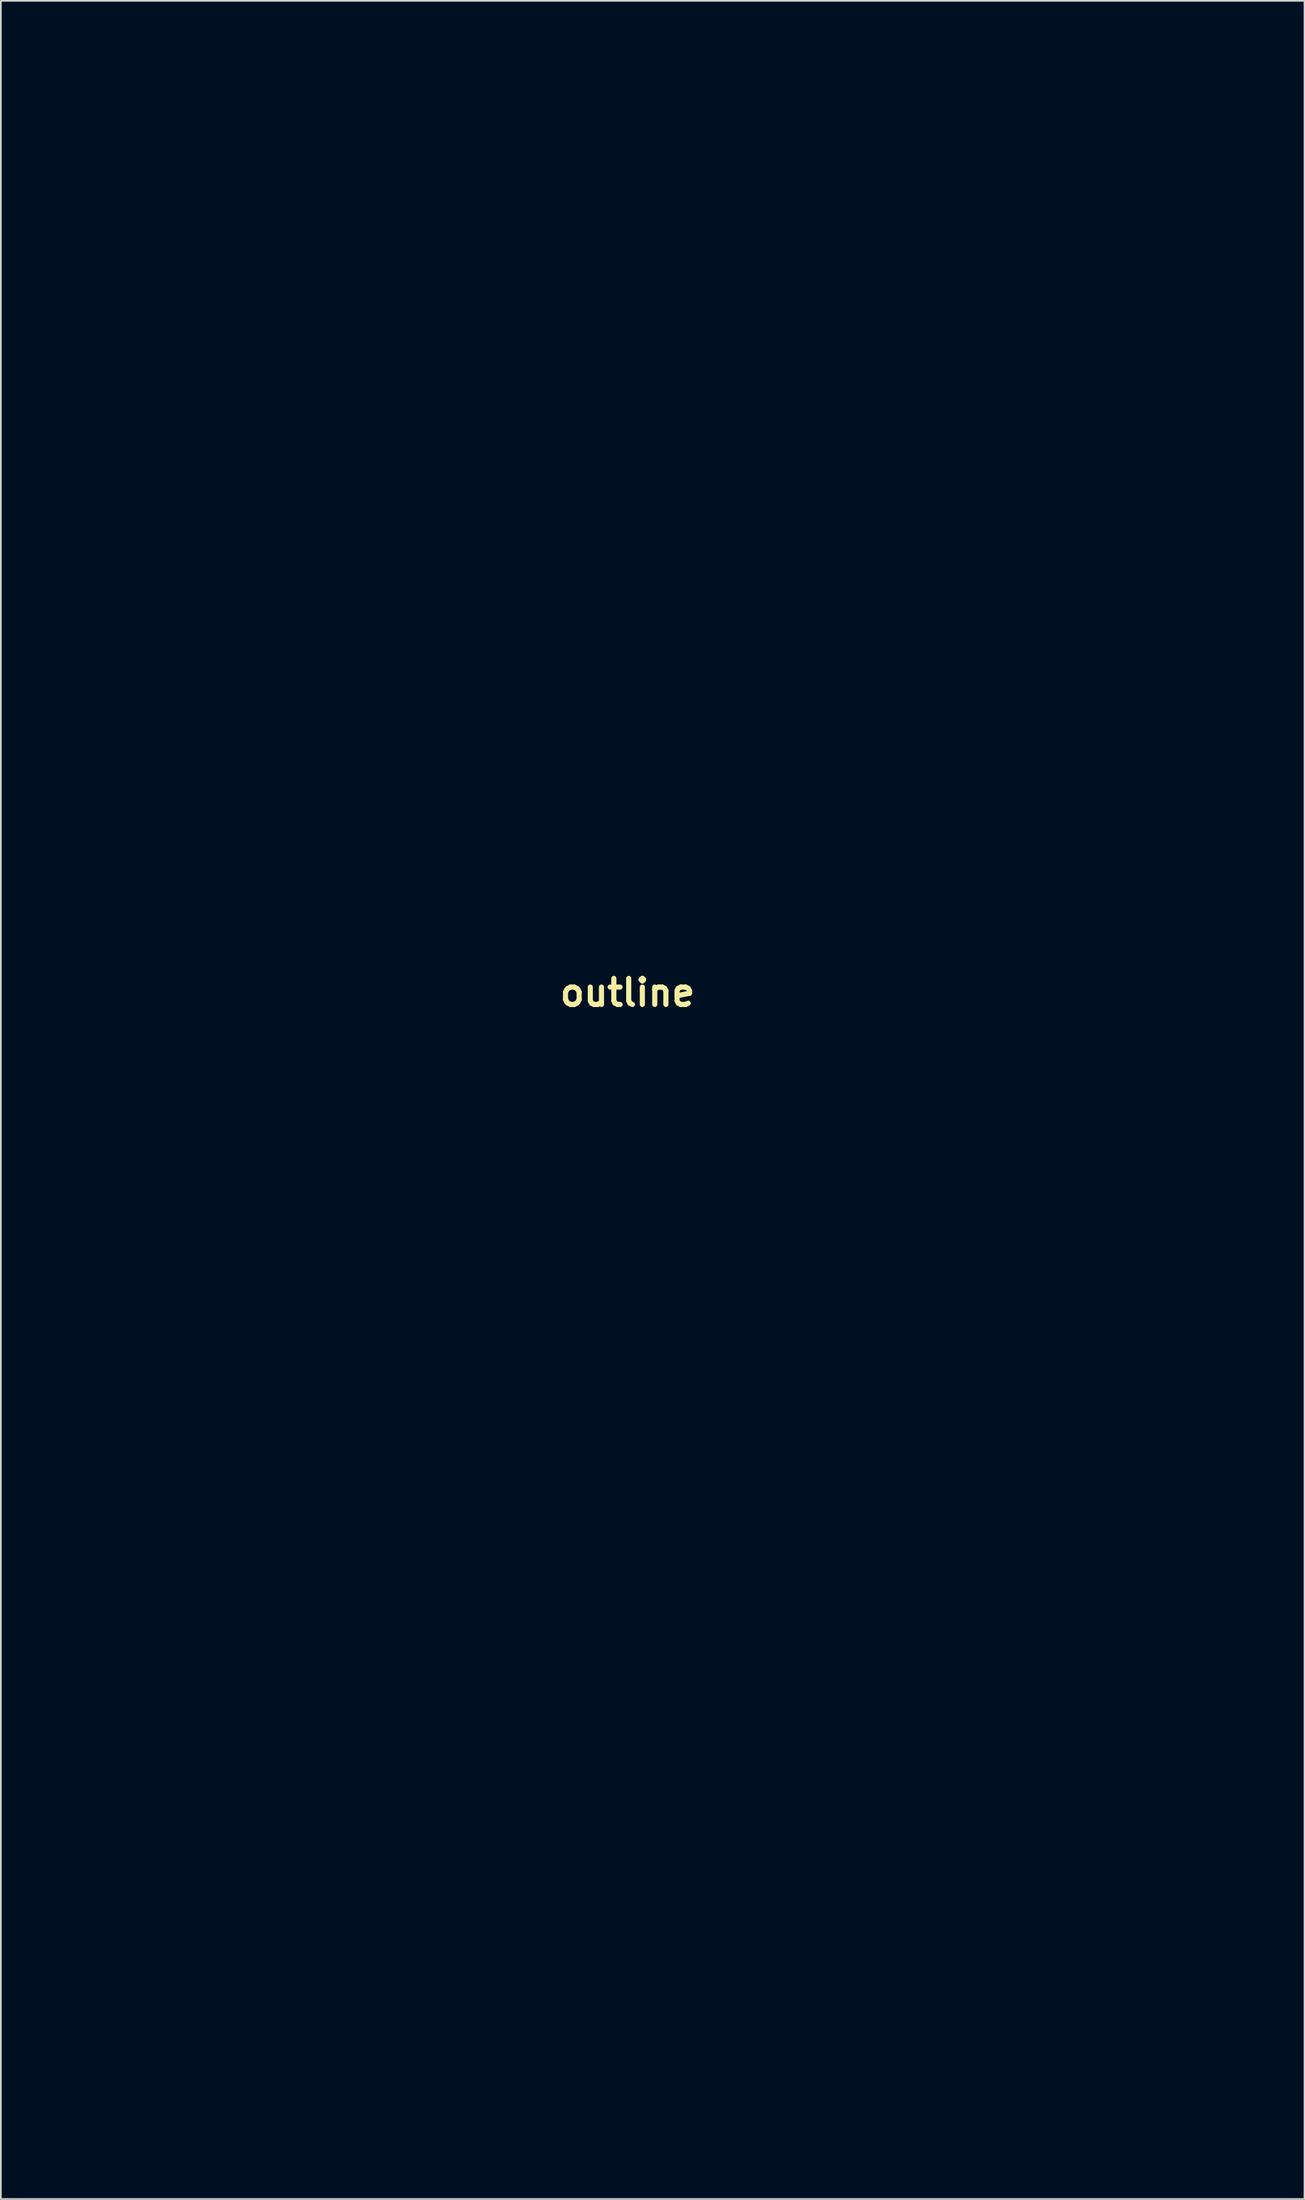
<source format=kicad_pcb>
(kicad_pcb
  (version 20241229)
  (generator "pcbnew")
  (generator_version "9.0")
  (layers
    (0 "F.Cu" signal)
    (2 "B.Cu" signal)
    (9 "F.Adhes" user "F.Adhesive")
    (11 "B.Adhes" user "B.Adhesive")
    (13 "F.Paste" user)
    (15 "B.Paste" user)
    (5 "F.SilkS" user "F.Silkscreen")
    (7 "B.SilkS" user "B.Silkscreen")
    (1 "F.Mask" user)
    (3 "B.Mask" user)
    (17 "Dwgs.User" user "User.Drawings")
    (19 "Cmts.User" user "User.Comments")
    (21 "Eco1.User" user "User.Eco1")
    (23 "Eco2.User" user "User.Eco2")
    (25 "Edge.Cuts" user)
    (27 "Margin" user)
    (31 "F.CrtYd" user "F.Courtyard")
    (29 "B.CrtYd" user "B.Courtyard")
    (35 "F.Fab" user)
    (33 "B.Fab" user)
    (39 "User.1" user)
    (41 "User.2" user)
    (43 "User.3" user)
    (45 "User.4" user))
  (footprint "outline"
    (layer "F.Cu")
    (at 33.599 54.771)
    (property "Reference" "outline" (at 0.1 0.3 0) (layer "F.SilkS") (effects (font (size 1.524 1.524) (thickness 0.3))))
    (attr through_hole)
    (fp_line (start -33.599 10.114) (end -32.982 10.13) (stroke (width 0.000401) (type solid)) (layer "Edge.Cuts"))
    (fp_line (start -33.599 12.175) (end -33.599 10.114) (stroke (width 0.000401) (type solid)) (layer "Edge.Cuts"))
    (fp_line (start -33.599 14.236) (end -33.599 12.175) (stroke (width 0.000401) (type solid)) (layer "Edge.Cuts"))
    (fp_line (start -33.599 17.058) (end -33.104 17.034) (stroke (width 0.000401) (type solid)) (layer "Edge.Cuts"))
    (fp_line (start -33.599 39.413) (end -33.599 17.058) (stroke (width 0.000401) (type solid)) (layer "Edge.Cuts"))
    (fp_line (start -33.597 53.672) (end -33.599 39.413) (stroke (width 0.000401) (type solid)) (layer "Edge.Cuts"))
    (fp_line (start -33.587 58.706) (end -33.597 53.672) (stroke (width 0.000401) (type solid)) (layer "Edge.Cuts"))
    (fp_line (start -33.573 61.667) (end -33.587 58.706) (stroke (width 0.000401) (type solid)) (layer "Edge.Cuts"))
    (fp_line (start -33.565 -23.816) (end -33.562 -32.315) (stroke (width 0.000401) (type solid)) (layer "Edge.Cuts"))
    (fp_line (start -33.564 -15.31) (end -33.565 -23.816) (stroke (width 0.000401) (type solid)) (layer "Edge.Cuts"))
    (fp_line (start -33.562 -32.315) (end -33.554 -39.729) (stroke (width 0.000401) (type solid)) (layer "Edge.Cuts"))
    (fp_line (start -33.554 5.321) (end -33.564 -15.31) (stroke (width 0.000401) (type solid)) (layer "Edge.Cuts"))
    (fp_line (start -33.554 -39.729) (end -33.542 -44.228) (stroke (width 0.000401) (type solid)) (layer "Edge.Cuts"))
    (fp_line (start -33.542 -44.228) (end -33.509 -52.516) (stroke (width 0.000401) (type solid)) (layer "Edge.Cuts"))
    (fp_line (start -33.509 -52.516) (end -32.236 -52.528) (stroke (width 0.000401) (type solid)) (layer "Edge.Cuts"))
    (fp_line (start -33.195 14.265) (end -33.599 14.236) (stroke (width 0.000401) (type solid)) (layer "Edge.Cuts"))
    (fp_line (start -33.104 17.034) (end -32.828 17.017) (stroke (width 0.000401) (type solid)) (layer "Edge.Cuts"))
    (fp_line (start -33.024 14.281) (end -33.195 14.265) (stroke (width 0.000401) (type solid)) (layer "Edge.Cuts"))
    (fp_line (start -32.982 10.13) (end -32.688 10.135) (stroke (width 0.000401) (type solid)) (layer "Edge.Cuts"))
    (fp_line (start -32.971 -3.886) (end -32.966 -3.688) (stroke (width 0.000401) (type solid)) (layer "Edge.Cuts"))
    (fp_line (start -32.966 -4.083) (end -32.971 -3.886) (stroke (width 0.000401) (type solid)) (layer "Edge.Cuts"))
    (fp_line (start -32.952 5.333) (end -33.554 5.321) (stroke (width 0.000401) (type solid)) (layer "Edge.Cuts"))
    (fp_line (start -32.926 39.212) (end -32.921 39.409) (stroke (width 0.000401) (type solid)) (layer "Edge.Cuts"))
    (fp_line (start -32.921 39.014) (end -32.926 39.212) (stroke (width 0.000401) (type solid)) (layer "Edge.Cuts"))
    (fp_line (start -32.844 14.306) (end -33.024 14.281) (stroke (width 0.000401) (type solid)) (layer "Edge.Cuts"))
    (fp_line (start -32.791 -47.476) (end -32.787 -47.279) (stroke (width 0.000401) (type solid)) (layer "Edge.Cuts"))
    (fp_line (start -32.787 -47.674) (end -32.791 -47.476) (stroke (width 0.000401) (type solid)) (layer "Edge.Cuts"))
    (fp_line (start -32.708 5.341) (end -32.952 5.333) (stroke (width 0.000401) (type solid)) (layer "Edge.Cuts"))
    (fp_line (start -32.688 10.135) (end -32.492 10.13) (stroke (width 0.000401) (type solid)) (layer "Edge.Cuts"))
    (fp_line (start -32.679 14.336) (end -32.844 14.306) (stroke (width 0.000401) (type solid)) (layer "Edge.Cuts"))
    (fp_line (start -32.503 5.356) (end -32.708 5.341) (stroke (width 0.000401) (type solid)) (layer "Edge.Cuts"))
    (fp_line (start -32.492 10.13) (end -32.358 10.117) (stroke (width 0.000401) (type solid)) (layer "Edge.Cuts"))
    (fp_line (start -32.339 5.374) (end -32.503 5.356) (stroke (width 0.000401) (type solid)) (layer "Edge.Cuts"))
    (fp_line (start -32.259 10.013) (end -32.244 9.64) (stroke (width 0.000401) (type solid)) (layer "Edge.Cuts"))
    (fp_line (start -32.244 9.64) (end -32.234 9.03) (stroke (width 0.000401) (type solid)) (layer "Edge.Cuts"))
    (fp_line (start -32.244 5.89) (end -32.258 5.462) (stroke (width 0.000401) (type solid)) (layer "Edge.Cuts"))
    (fp_line (start -32.236 -52.528) (end -31.676 -52.536) (stroke (width 0.000401) (type solid)) (layer "Edge.Cuts"))
    (fp_line (start -32.235 6.539) (end -32.244 5.89) (stroke (width 0.000401) (type solid)) (layer "Edge.Cuts"))
    (fp_line (start -32.234 9.03) (end -32.232 7.74) (stroke (width 0.000401) (type solid)) (layer "Edge.Cuts"))
    (fp_line (start -32.232 7.74) (end -32.235 6.539) (stroke (width 0.000401) (type solid)) (layer "Edge.Cuts"))
    (fp_line (start -31.775 -2.48) (end -31.56 -2.475) (stroke (width 0.000401) (type solid)) (layer "Edge.Cuts"))
    (fp_line (start -31.73 40.618) (end -31.515 40.623) (stroke (width 0.000401) (type solid)) (layer "Edge.Cuts"))
    (fp_line (start -31.676 -52.536) (end -31.271 -52.549) (stroke (width 0.000401) (type solid)) (layer "Edge.Cuts"))
    (fp_line (start -31.596 -46.07) (end -31.381 -46.065) (stroke (width 0.000401) (type solid)) (layer "Edge.Cuts"))
    (fp_line (start -31.56 -2.475) (end -31.345 -2.48) (stroke (width 0.000401) (type solid)) (layer "Edge.Cuts"))
    (fp_line (start -31.515 40.623) (end -31.301 40.618) (stroke (width 0.000401) (type solid)) (layer "Edge.Cuts"))
    (fp_line (start -31.381 -46.065) (end -31.166 -46.07) (stroke (width 0.000401) (type solid)) (layer "Edge.Cuts"))
    (fp_line (start -31.271 -52.549) (end -30.963 -52.566) (stroke (width 0.000401) (type solid)) (layer "Edge.Cuts"))
    (fp_line (start -30.873 -52.647) (end -30.855 -52.854) (stroke (width 0.000401) (type solid)) (layer "Edge.Cuts"))
    (fp_line (start -30.855 -52.854) (end -30.842 -53.168) (stroke (width 0.000401) (type solid)) (layer "Edge.Cuts"))
    (fp_line (start -30.842 -53.168) (end -30.833 -53.697) (stroke (width 0.000401) (type solid)) (layer "Edge.Cuts"))
    (fp_line (start -30.833 -53.697) (end -30.821 -54.756) (stroke (width 0.000401) (type solid)) (layer "Edge.Cuts"))
    (fp_line (start -30.821 -54.756) (end 2.948 -54.768) (stroke (width 0.000401) (type solid)) (layer "Edge.Cuts"))
    (fp_line (start -29.973 64.752) (end -30.983 64.458) (stroke (width 0.000401) (type solid)) (layer "Edge.Cuts"))
    (fp_line (start -28.559 65.079) (end -29.973 64.752) (stroke (width 0.000401) (type solid)) (layer "Edge.Cuts"))
    (fp_line (start -27.875 65.22) (end -28.559 65.079) (stroke (width 0.000401) (type solid)) (layer "Edge.Cuts"))
    (fp_line (start -27.462 65.29) (end -27.875 65.22) (stroke (width 0.000401) (type solid)) (layer "Edge.Cuts"))
    (fp_line (start -27.192 65.317) (end -27.462 65.29) (stroke (width 0.000401) (type solid)) (layer "Edge.Cuts"))
    (fp_line (start -26.95 65.245) (end -27.054 65.292) (stroke (width 0.000401) (type solid)) (layer "Edge.Cuts"))
    (fp_line (start -26.933 61.782) (end -26.95 65.245) (stroke (width 0.000401) (type solid)) (layer "Edge.Cuts"))
    (fp_line (start -26.917 59.303) (end -26.933 61.782) (stroke (width 0.000401) (type solid)) (layer "Edge.Cuts"))
    (fp_line (start -26.889 58.485) (end -26.917 59.303) (stroke (width 0.000401) (type solid)) (layer "Edge.Cuts"))
    (fp_line (start -23.188 54.308) (end -23.608 54.429) (stroke (width 0.000401) (type solid)) (layer "Edge.Cuts"))
    (fp_line (start -21.928 54.2) (end -22.475 54.209) (stroke (width 0.000401) (type solid)) (layer "Edge.Cuts"))
    (fp_line (start -21.381 54.209) (end -21.928 54.2) (stroke (width 0.000401) (type solid)) (layer "Edge.Cuts"))
    (fp_line (start -20.248 54.429) (end -20.668 54.308) (stroke (width 0.000401) (type solid)) (layer "Edge.Cuts"))
    (fp_line (start -17.506 56.719) (end -17.776 56.281) (stroke (width 0.000401) (type solid)) (layer "Edge.Cuts"))
    (fp_line (start -16.988 58.137) (end -17.136 57.591) (stroke (width 0.000401) (type solid)) (layer "Edge.Cuts"))
    (fp_line (start -16.902 59.042) (end -16.931 58.504) (stroke (width 0.000401) (type solid)) (layer "Edge.Cuts"))
    (fp_line (start -16.886 60.008) (end -16.902 59.042) (stroke (width 0.000401) (type solid)) (layer "Edge.Cuts"))
    (fp_line (start -16.868 62.637) (end -16.886 60.008) (stroke (width 0.000401) (type solid)) (layer "Edge.Cuts"))
    (fp_line (start -16.852 64.972) (end -16.868 62.637) (stroke (width 0.000401) (type solid)) (layer "Edge.Cuts"))
    (fp_line (start -16.836 66.032) (end -16.852 64.972) (stroke (width 0.000401) (type solid)) (layer "Edge.Cuts"))
    (fp_line (start -16.818 66.7) (end -16.836 66.032) (stroke (width 0.000401) (type solid)) (layer "Edge.Cuts"))
    (fp_line (start -14.618 67.062) (end -16.47 66.863) (stroke (width 0.000401) (type solid)) (layer "Edge.Cuts"))
    (fp_line (start -12.723 67.243) (end -14.618 67.062) (stroke (width 0.000401) (type solid)) (layer "Edge.Cuts"))
    (fp_line (start -11.75 42.589) (end -11.535 42.594) (stroke (width 0.000401) (type solid)) (layer "Edge.Cuts"))
    (fp_line (start -11.535 42.594) (end -11.32 42.589) (stroke (width 0.000401) (type solid)) (layer "Edge.Cuts"))
    (fp_line (start -11.042 67.367) (end -12.723 67.243) (stroke (width 0.000401) (type solid)) (layer "Edge.Cuts"))
    (fp_line (start -9.913 36.72) (end -9.698 36.725) (stroke (width 0.000401) (type solid)) (layer "Edge.Cuts"))
    (fp_line (start -9.698 36.725) (end -9.483 36.72) (stroke (width 0.000401) (type solid)) (layer "Edge.Cuts"))
    (fp_line (start -9.137 67.481) (end -11.042 67.367) (stroke (width 0.000401) (type solid)) (layer "Edge.Cuts"))
    (fp_line (start -7.631 67.567) (end -9.137 67.481) (stroke (width 0.000401) (type solid)) (layer "Edge.Cuts"))
    (fp_line (start -6.305 67.637) (end -7.631 67.567) (stroke (width 0.000401) (type solid)) (layer "Edge.Cuts"))
    (fp_line (start -5.73 27.385) (end -5.725 27.581) (stroke (width 0.000401) (type solid)) (layer "Edge.Cuts"))
    (fp_line (start -5.725 27.188) (end -5.73 27.385) (stroke (width 0.000401) (type solid)) (layer "Edge.Cuts"))
    (fp_line (start -4.971 67.703) (end -6.305 67.637) (stroke (width 0.000401) (type solid)) (layer "Edge.Cuts"))
    (fp_line (start -4.537 28.791) (end -4.322 28.796) (stroke (width 0.000401) (type solid)) (layer "Edge.Cuts"))
    (fp_line (start -4.322 28.796) (end -4.107 28.791) (stroke (width 0.000401) (type solid)) (layer "Edge.Cuts"))
    (fp_line (start -4.211 67.739) (end -4.971 67.703) (stroke (width 0.000401) (type solid)) (layer "Edge.Cuts"))
    (fp_line (start -3.519 67.773) (end -4.211 67.739) (stroke (width 0.000401) (type solid)) (layer "Edge.Cuts"))
    (fp_line (start -2.939 67.803) (end -3.519 67.773) (stroke (width 0.000401) (type solid)) (layer "Edge.Cuts"))
    (fp_line (start -2.731 67.816) (end -2.939 67.803) (stroke (width 0.000401) (type solid)) (layer "Edge.Cuts"))
    (fp_line (start -2.512 67.827) (end -2.731 67.816) (stroke (width 0.000401) (type solid)) (layer "Edge.Cuts"))
    (fp_line (start -1.72 67.846) (end -2.512 67.827) (stroke (width 0.000401) (type solid)) (layer "Edge.Cuts"))
    (fp_line (start -0.782 67.866) (end -1.72 67.846) (stroke (width 0.000401) (type solid)) (layer "Edge.Cuts"))
    (fp_line (start 0.271 67.886) (end -0.782 67.866) (stroke (width 0.000401) (type solid)) (layer "Edge.Cuts"))
    (fp_line (start 2.948 -54.768) (end 20.531 -54.771) (stroke (width 0.000401) (type solid)) (layer "Edge.Cuts"))
    (fp_line (start 2.96 67.932) (end 0.271 67.886) (stroke (width 0.000401) (type solid)) (layer "Edge.Cuts"))
    (fp_line (start 5.647 67.775) (end 2.96 67.932) (stroke (width 0.000401) (type solid)) (layer "Edge.Cuts"))
    (fp_line (start 6.804 67.707) (end 5.647 67.775) (stroke (width 0.000401) (type solid)) (layer "Edge.Cuts"))
    (fp_line (start 8.058 67.636) (end 6.804 67.707) (stroke (width 0.000401) (type solid)) (layer "Edge.Cuts"))
    (fp_line (start 9.225 67.571) (end 8.058 67.636) (stroke (width 0.000401) (type solid)) (layer "Edge.Cuts"))
    (fp_line (start 10.081 67.525) (end 9.225 67.571) (stroke (width 0.000401) (type solid)) (layer "Edge.Cuts"))
    (fp_line (start 10.85 67.484) (end 10.081 67.525) (stroke (width 0.000401) (type solid)) (layer "Edge.Cuts"))
    (fp_line (start 11.717 67.435) (end 10.85 67.484) (stroke (width 0.000401) (type solid)) (layer "Edge.Cuts"))
    (fp_line (start 12.547 67.385) (end 11.717 67.435) (stroke (width 0.000401) (type solid)) (layer "Edge.Cuts"))
    (fp_line (start 13.195 67.345) (end 12.547 67.385) (stroke (width 0.000401) (type solid)) (layer "Edge.Cuts"))
    (fp_line (start 13.445 42.034) (end 13.449 42.231) (stroke (width 0.000401) (type solid)) (layer "Edge.Cuts"))
    (fp_line (start 13.449 41.838) (end 13.445 42.034) (stroke (width 0.000401) (type solid)) (layer "Edge.Cuts"))
    (fp_line (start 14.638 43.44) (end 14.853 43.445) (stroke (width 0.000401) (type solid)) (layer "Edge.Cuts"))
    (fp_line (start 14.834 67.23) (end 13.195 67.345) (stroke (width 0.000401) (type solid)) (layer "Edge.Cuts"))
    (fp_line (start 14.853 43.445) (end 15.067 43.44) (stroke (width 0.000401) (type solid)) (layer "Edge.Cuts"))
    (fp_line (start 16.376 66.641) (end 16.185 66.832) (stroke (width 0.000401) (type solid)) (layer "Edge.Cuts"))
    (fp_line (start 16.376 60.24) (end 16.376 66.641) (stroke (width 0.000401) (type solid)) (layer "Edge.Cuts"))
    (fp_line (start 16.379 57.503) (end 16.376 60.24) (stroke (width 0.000401) (type solid)) (layer "Edge.Cuts"))
    (fp_line (start 16.389 55.387) (end 16.379 57.503) (stroke (width 0.000401) (type solid)) (layer "Edge.Cuts"))
    (fp_line (start 16.402 53.736) (end 16.389 55.387) (stroke (width 0.000401) (type solid)) (layer "Edge.Cuts"))
    (fp_line (start 16.423 53.301) (end 16.402 53.736) (stroke (width 0.000401) (type solid)) (layer "Edge.Cuts"))
    (fp_line (start 16.533 52.452) (end 16.423 53.301) (stroke (width 0.000401) (type solid)) (layer "Edge.Cuts"))
    (fp_line (start 17.007 21.561) (end 17.186 21.65) (stroke (width 0.000401) (type solid)) (layer "Edge.Cuts"))
    (fp_line (start 17.153 19.072) (end 16.998 19.148) (stroke (width 0.000401) (type solid)) (layer "Edge.Cuts"))
    (fp_line (start 17.313 50.076) (end 16.972 50.861) (stroke (width 0.000401) (type solid)) (layer "Edge.Cuts"))
    (fp_line (start 17.453 21.711) (end 17.697 21.716) (stroke (width 0.000401) (type solid)) (layer "Edge.Cuts"))
    (fp_line (start 17.598 18.983) (end 17.422 18.998) (stroke (width 0.000401) (type solid)) (layer "Edge.Cuts"))
    (fp_line (start 17.697 21.716) (end 17.942 21.711) (stroke (width 0.000401) (type solid)) (layer "Edge.Cuts"))
    (fp_line (start 17.714 49.327) (end 17.313 50.076) (stroke (width 0.000401) (type solid)) (layer "Edge.Cuts"))
    (fp_line (start 17.853 18.979) (end 17.598 18.983) (stroke (width 0.000401) (type solid)) (layer "Edge.Cuts"))
    (fp_line (start 18.209 21.65) (end 18.387 21.561) (stroke (width 0.000401) (type solid)) (layer "Edge.Cuts"))
    (fp_line (start 18.436 19.168) (end 18.215 19.059) (stroke (width 0.000401) (type solid)) (layer "Edge.Cuts"))
    (fp_line (start 19.762 46.936) (end 19.204 47.431) (stroke (width 0.000401) (type solid)) (layer "Edge.Cuts"))
    (fp_line (start 20.349 46.494) (end 19.762 46.936) (stroke (width 0.000401) (type solid)) (layer "Edge.Cuts"))
    (fp_line (start 20.531 -54.771) (end 29.959 -54.765) (stroke (width 0.000401) (type solid)) (layer "Edge.Cuts"))
    (fp_line (start 20.98 46.096) (end 20.349 46.494) (stroke (width 0.000401) (type solid)) (layer "Edge.Cuts"))
    (fp_line (start 21.326 31.372) (end 21.331 31.672) (stroke (width 0.000401) (type solid)) (layer "Edge.Cuts"))
    (fp_line (start 21.331 31.072) (end 21.326 31.372) (stroke (width 0.000401) (type solid)) (layer "Edge.Cuts"))
    (fp_line (start 21.395 31.973) (end 21.5 32.199) (stroke (width 0.000401) (type solid)) (layer "Edge.Cuts"))
    (fp_line (start 21.5 30.545) (end 21.395 30.77) (stroke (width 0.000401) (type solid)) (layer "Edge.Cuts"))
    (fp_line (start 21.58 30.396) (end 21.5 30.545) (stroke (width 0.000401) (type solid)) (layer "Edge.Cuts"))
    (fp_line (start 21.668 45.733) (end 20.98 46.096) (stroke (width 0.000401) (type solid)) (layer "Edge.Cuts"))
    (fp_line (start 21.677 30.242) (end 21.58 30.396) (stroke (width 0.000401) (type solid)) (layer "Edge.Cuts"))
    (fp_line (start 21.776 30.104) (end 21.677 30.242) (stroke (width 0.000401) (type solid)) (layer "Edge.Cuts"))
    (fp_line (start 22.375 45.427) (end 21.668 45.733) (stroke (width 0.000401) (type solid)) (layer "Edge.Cuts"))
    (fp_line (start 23.1 45.183) (end 22.375 45.427) (stroke (width 0.000401) (type solid)) (layer "Edge.Cuts"))
    (fp_line (start 23.87 44.992) (end 23.1 45.183) (stroke (width 0.000401) (type solid)) (layer "Edge.Cuts"))
    (fp_line (start 24.709 44.848) (end 23.87 44.992) (stroke (width 0.000401) (type solid)) (layer "Edge.Cuts"))
    (fp_line (start 24.73 32.639) (end 24.828 32.501) (stroke (width 0.000401) (type solid)) (layer "Edge.Cuts"))
    (fp_line (start 24.828 32.501) (end 24.925 32.347) (stroke (width 0.000401) (type solid)) (layer "Edge.Cuts"))
    (fp_line (start 24.925 32.347) (end 25.005 32.199) (stroke (width 0.000401) (type solid)) (layer "Edge.Cuts"))
    (fp_line (start 25.005 32.199) (end 25.11 31.973) (stroke (width 0.000401) (type solid)) (layer "Edge.Cuts"))
    (fp_line (start 25.11 30.77) (end 25.005 30.545) (stroke (width 0.000401) (type solid)) (layer "Edge.Cuts"))
    (fp_line (start 25.174 31.672) (end 25.179 31.372) (stroke (width 0.000401) (type solid)) (layer "Edge.Cuts"))
    (fp_line (start 25.179 31.372) (end 25.174 31.072) (stroke (width 0.000401) (type solid)) (layer "Edge.Cuts"))
    (fp_line (start 26.437 44.806) (end 24.989 44.826) (stroke (width 0.000401) (type solid)) (layer "Edge.Cuts"))
    (fp_line (start 28.247 44.788) (end 26.437 44.806) (stroke (width 0.000401) (type solid)) (layer "Edge.Cuts"))
    (fp_line (start 29.959 -54.765) (end 36.691 -54.756) (stroke (width 0.000401) (type solid)) (layer "Edge.Cuts"))
    (fp_line (start 30.577 44.773) (end 28.247 44.788) (stroke (width 0.000401) (type solid)) (layer "Edge.Cuts"))
    (fp_line (start 32.273 -26.936) (end 32.274 -21.996) (stroke (width 0.000401) (type solid)) (layer "Edge.Cuts"))
    (fp_line (start 32.274 -31.875) (end 32.273 -26.936) (stroke (width 0.000401) (type solid)) (layer "Edge.Cuts"))
    (fp_line (start 32.398 -21.834) (end 32.668 -21.817) (stroke (width 0.000401) (type solid)) (layer "Edge.Cuts"))
    (fp_line (start 32.668 -21.817) (end 33.025 -21.804) (stroke (width 0.000401) (type solid)) (layer "Edge.Cuts"))
    (fp_line (start 32.688 -32.054) (end 32.399 -32.038) (stroke (width 0.000401) (type solid)) (layer "Edge.Cuts"))
    (fp_line (start 33.025 -21.804) (end 33.515 -21.795) (stroke (width 0.000401) (type solid)) (layer "Edge.Cuts"))
    (fp_line (start 33.071 -32.067) (end 32.688 -32.054) (stroke (width 0.000401) (type solid)) (layer "Edge.Cuts"))
    (fp_line (start 33.515 -21.795) (end 34.632 -21.783) (stroke (width 0.000401) (type solid)) (layer "Edge.Cuts"))
    (fp_line (start 33.605 -32.076) (end 33.071 -32.067) (stroke (width 0.000401) (type solid)) (layer "Edge.Cuts"))
    (fp_line (start 33.633 35.6) (end 33.848 35.605) (stroke (width 0.000401) (type solid)) (layer "Edge.Cuts"))
    (fp_line (start 33.812 -2.569) (end 34.027 -2.564) (stroke (width 0.000401) (type solid)) (layer "Edge.Cuts"))
    (fp_line (start 33.848 35.605) (end 34.063 35.6) (stroke (width 0.000401) (type solid)) (layer "Edge.Cuts"))
    (fp_line (start 34.027 -2.564) (end 34.242 -2.569) (stroke (width 0.000401) (type solid)) (layer "Edge.Cuts"))
    (fp_line (start 34.17 -47.011) (end 34.385 -47.006) (stroke (width 0.000401) (type solid)) (layer "Edge.Cuts"))
    (fp_line (start 34.385 -47.006) (end 34.6 -47.011) (stroke (width 0.000401) (type solid)) (layer "Edge.Cuts"))
    (fp_line (start 34.632 -21.783) (end 34.643 -16.524) (stroke (width 0.000401) (type solid)) (layer "Edge.Cuts"))
    (fp_line (start 34.643 -16.524) (end 34.651 -14.066) (stroke (width 0.000401) (type solid)) (layer "Edge.Cuts"))
    (fp_line (start 34.651 -14.066) (end 34.663 -12.48) (stroke (width 0.000401) (type solid)) (layer "Edge.Cuts"))
    (fp_line (start 34.663 -12.48) (end 34.678 -11.275) (stroke (width 0.000401) (type solid)) (layer "Edge.Cuts"))
    (fp_line (start 34.738 7.628) (end 34.74 9.862) (stroke (width 0.000401) (type solid)) (layer "Edge.Cuts"))
    (fp_line (start 34.74 5.394) (end 34.738 7.628) (stroke (width 0.000401) (type solid)) (layer "Edge.Cuts"))
    (fp_line (start 34.754 -11.176) (end 34.891 -11.156) (stroke (width 0.000401) (type solid)) (layer "Edge.Cuts"))
    (fp_line (start 34.811 -32.087) (end 33.605 -32.076) (stroke (width 0.000401) (type solid)) (layer "Edge.Cuts"))
    (fp_line (start 34.822 -35.958) (end 34.811 -32.087) (stroke (width 0.000401) (type solid)) (layer "Edge.Cuts"))
    (fp_line (start 34.83 -37.76) (end 34.822 -35.958) (stroke (width 0.000401) (type solid)) (layer "Edge.Cuts"))
    (fp_line (start 34.843 -38.933) (end 34.83 -37.76) (stroke (width 0.000401) (type solid)) (layer "Edge.Cuts"))
    (fp_line (start 34.851 10.016) (end 35.02 10.034) (stroke (width 0.000401) (type solid)) (layer "Edge.Cuts"))
    (fp_line (start 34.858 -39.82) (end 34.843 -38.933) (stroke (width 0.000401) (type solid)) (layer "Edge.Cuts"))
    (fp_line (start 34.891 -11.156) (end 35.095 -11.142) (stroke (width 0.000401) (type solid)) (layer "Edge.Cuts"))
    (fp_line (start 35.015 5.221) (end 34.851 5.239) (stroke (width 0.000401) (type solid)) (layer "Edge.Cuts"))
    (fp_line (start 35.02 10.034) (end 35.231 10.048) (stroke (width 0.000401) (type solid)) (layer "Edge.Cuts"))
    (fp_line (start 35.095 -11.142) (end 35.409 -11.133) (stroke (width 0.000401) (type solid)) (layer "Edge.Cuts"))
    (fp_line (start 35.117 -39.938) (end 34.939 -39.92) (stroke (width 0.000401) (type solid)) (layer "Edge.Cuts"))
    (fp_line (start 35.22 5.207) (end 35.015 5.221) (stroke (width 0.000401) (type solid)) (layer "Edge.Cuts"))
    (fp_line (start 35.231 10.048) (end 35.486 10.057) (stroke (width 0.000401) (type solid)) (layer "Edge.Cuts"))
    (fp_line (start 35.388 -39.951) (end 35.117 -39.938) (stroke (width 0.000401) (type solid)) (layer "Edge.Cuts"))
    (fp_line (start 35.409 -11.133) (end 36.065 -11.121) (stroke (width 0.000401) (type solid)) (layer "Edge.Cuts"))
    (fp_line (start 35.464 5.199) (end 35.22 5.207) (stroke (width 0.000401) (type solid)) (layer "Edge.Cuts"))
    (fp_line (start 35.486 10.057) (end 36.11 10.069) (stroke (width 0.000401) (type solid)) (layer "Edge.Cuts"))
    (fp_line (start 35.835 -39.96) (end 35.388 -39.951) (stroke (width 0.000401) (type solid)) (layer "Edge.Cuts"))
    (fp_line (start 36.065 -11.121) (end 36.065 -2.967) (stroke (width 0.000401) (type solid)) (layer "Edge.Cuts"))
    (fp_line (start 36.065 -2.967) (end 36.065 5.186) (stroke (width 0.000401) (type solid)) (layer "Edge.Cuts"))
    (fp_line (start 36.065 5.186) (end 35.464 5.199) (stroke (width 0.000401) (type solid)) (layer "Edge.Cuts"))
    (fp_line (start 36.11 10.069) (end 36.11 27.407) (stroke (width 0.000401) (type solid)) (layer "Edge.Cuts"))
    (fp_line (start 36.11 27.407) (end 36.11 44.745) (stroke (width 0.000401) (type solid)) (layer "Edge.Cuts"))
    (fp_line (start 36.11 44.745) (end 30.577 44.773) (stroke (width 0.000401) (type solid)) (layer "Edge.Cuts"))
    (fp_line (start 36.737 -39.972) (end 35.835 -39.96) (stroke (width 0.000401) (type solid)) (layer "Edge.Cuts"))
    (fp_line (start 36.748 -54.675) (end 36.751 -52.525) (stroke (width 0.000401) (type solid)) (layer "Edge.Cuts"))
    (fp_line (start 36.749 -47.319) (end 36.737 -39.972) (stroke (width 0.000401) (type solid)) (layer "Edge.Cuts"))
    (fp_line (start 36.751 -52.525) (end 36.752 -50.141) (stroke (width 0.000401) (type solid)) (layer "Edge.Cuts"))
    (fp_line (start 36.752 -50.141) (end 36.749 -47.319) (stroke (width 0.000401) (type solid)) (layer "Edge.Cuts"))
    (fp_arc (start -33.516568 62.034373) (mid -33.558277 61.852981) (end -33.573026 61.667441) (stroke (width 0.000401) (type solid)) (layer "Edge.Cuts"))
    (fp_arc (start -33.31704 62.526246) (mid -33.427387 62.284603) (end -33.516568 62.034373) (stroke (width 0.000401) (type solid)) (layer "Edge.Cuts"))
    (fp_arc (start -33.020625 63.023034) (mid -33.177105 62.779576) (end -33.31704 62.526246) (stroke (width 0.000401) (type solid)) (layer "Edge.Cuts"))
    (fp_arc (start -32.965808 -4.083422) (mid -32.960197 -4.156959) (end -32.950451 -4.230063) (stroke (width 0.000401) (type solid)) (layer "Edge.Cuts"))
    (fp_arc (start -32.950451 -4.230063) (mid -32.938163 -4.292015) (end -32.921563 -4.352953) (stroke (width 0.000401) (type solid)) (layer "Edge.Cuts"))
    (fp_arc (start -32.950451 -3.541708) (mid -32.960197 -3.614812) (end -32.965808 -3.688349) (stroke (width 0.000401) (type solid)) (layer "Edge.Cuts"))
    (fp_arc (start -32.921563 -4.352954) (mid -32.900366 -4.414117) (end -32.875231 -4.47377) (stroke (width 0.000401) (type solid)) (layer "Edge.Cuts"))
    (fp_arc (start -32.921563 -3.418818) (mid -32.938163 -3.479757) (end -32.950451 -3.541709) (stroke (width 0.000401) (type solid)) (layer "Edge.Cuts"))
    (fp_arc (start -32.921008 39.014178) (mid -32.915397 38.940641) (end -32.905651 38.867537) (stroke (width 0.000401) (type solid)) (layer "Edge.Cuts"))
    (fp_arc (start -32.905651 38.867537) (mid -32.893363 38.805585) (end -32.876763 38.744647) (stroke (width 0.000401) (type solid)) (layer "Edge.Cuts"))
    (fp_arc (start -32.905651 39.555892) (mid -32.915397 39.482788) (end -32.921008 39.409251) (stroke (width 0.000401) (type solid)) (layer "Edge.Cuts"))
    (fp_arc (start -32.876763 38.744646) (mid -32.855566 38.683483) (end -32.830431 38.62383) (stroke (width 0.000401) (type solid)) (layer "Edge.Cuts"))
    (fp_arc (start -32.876763 39.678782) (mid -32.893363 39.617843) (end -32.905651 39.555891) (stroke (width 0.000401) (type solid)) (layer "Edge.Cuts"))
    (fp_arc (start -32.875231 -4.473769) (mid -32.819812 -4.581495) (end -32.755187 -4.683964) (stroke (width 0.000401) (type solid)) (layer "Edge.Cuts"))
    (fp_arc (start -32.875231 -3.298002) (mid -32.900366 -3.357655) (end -32.921563 -3.418818) (stroke (width 0.000401) (type solid)) (layer "Edge.Cuts"))
    (fp_arc (start -32.830431 38.623831) (mid -32.775012 38.516105) (end -32.710387 38.413636) (stroke (width 0.000401) (type solid)) (layer "Edge.Cuts"))
    (fp_arc (start -32.830431 39.799598) (mid -32.855566 39.739945) (end -32.876763 39.678782) (stroke (width 0.000401) (type solid)) (layer "Edge.Cuts"))
    (fp_arc (start -32.786608 -47.673822) (mid -32.780997 -47.747359) (end -32.771251 -47.820463) (stroke (width 0.000401) (type solid)) (layer "Edge.Cuts"))
    (fp_arc (start -32.771251 -47.820463) (mid -32.758963 -47.882415) (end -32.742363 -47.943353) (stroke (width 0.000401) (type solid)) (layer "Edge.Cuts"))
    (fp_arc (start -32.771251 -47.132108) (mid -32.780997 -47.205212) (end -32.786608 -47.278749) (stroke (width 0.000401) (type solid)) (layer "Edge.Cuts"))
    (fp_arc (start -32.755187 -4.683964) (mid -32.679876 -4.783809) (end -32.596865 -4.87735) (stroke (width 0.000401) (type solid)) (layer "Edge.Cuts"))
    (fp_arc (start -32.753382 -3.085033) (mid -32.819012 -3.188825) (end -32.875231 -3.298002) (stroke (width 0.000401) (type solid)) (layer "Edge.Cuts"))
    (fp_arc (start -32.742363 -47.943354) (mid -32.721166 -48.004517) (end -32.696031 -48.06417) (stroke (width 0.000401) (type solid)) (layer "Edge.Cuts"))
    (fp_arc (start -32.742363 -47.009218) (mid -32.758963 -47.070157) (end -32.771251 -47.132109) (stroke (width 0.000401) (type solid)) (layer "Edge.Cuts"))
    (fp_arc (start -32.710387 38.413636) (mid -32.635076 38.313791) (end -32.552065 38.22025) (stroke (width 0.000401) (type solid)) (layer "Edge.Cuts"))
    (fp_arc (start -32.708582 40.012567) (mid -32.774212 39.908775) (end -32.830431 39.799598) (stroke (width 0.000401) (type solid)) (layer "Edge.Cuts"))
    (fp_arc (start -32.696031 -48.064169) (mid -32.640612 -48.171895) (end -32.575987 -48.274364) (stroke (width 0.000401) (type solid)) (layer "Edge.Cuts"))
    (fp_arc (start -32.696031 -46.888402) (mid -32.721166 -46.948055) (end -32.742363 -47.009218) (stroke (width 0.000401) (type solid)) (layer "Edge.Cuts"))
    (fp_arc (start -32.679471 14.335597) (mid -32.62152 14.348795) (end -32.564352 14.36505) (stroke (width 0.000401) (type solid)) (layer "Edge.Cuts"))
    (fp_arc (start -32.663472 63.472445) (mid -32.849575 63.253721) (end -33.020625 63.023034) (stroke (width 0.000401) (type solid)) (layer "Edge.Cuts"))
    (fp_arc (start -32.65319 16.992373) (mid -32.740419 17.006997) (end -32.828342 17.016608) (stroke (width 0.000401) (type solid)) (layer "Edge.Cuts"))
    (fp_arc (start -32.596865 -4.87735) (mid -32.507651 -4.962991) (end -32.411846 -5.041188) (stroke (width 0.000401) (type solid)) (layer "Edge.Cuts"))
    (fp_arc (start -32.593306 -2.891127) (mid -32.677327 -2.984792) (end -32.753382 -3.085033) (stroke (width 0.000401) (type solid)) (layer "Edge.Cuts"))
    (fp_arc (start -32.575987 -48.274364) (mid -32.500676 -48.374209) (end -32.417665 -48.46775) (stroke (width 0.000401) (type solid)) (layer "Edge.Cuts"))
    (fp_arc (start -32.574182 -46.675433) (mid -32.639812 -46.779225) (end -32.696031 -46.888402) (stroke (width 0.000401) (type solid)) (layer "Edge.Cuts"))
    (fp_arc (start -32.564352 14.36505) (mid -32.203 14.541188) (end -31.909828 14.816233) (stroke (width 0.000401) (type solid)) (layer "Edge.Cuts"))
    (fp_arc (start -32.552065 38.22025) (mid -32.462851 38.134609) (end -32.367046 38.056412) (stroke (width 0.000401) (type solid)) (layer "Edge.Cuts"))
    (fp_arc (start -32.548506 40.206473) (mid -32.632527 40.112808) (end -32.708582 40.012567) (stroke (width 0.000401) (type solid)) (layer "Edge.Cuts"))
    (fp_arc (start -32.511166 16.95272) (mid -32.581409 16.975301) (end -32.65319 16.992373) (stroke (width 0.000401) (type solid)) (layer "Edge.Cuts"))
    (fp_arc (start -32.417665 -48.46775) (mid -32.328451 -48.553391) (end -32.232646 -48.631588) (stroke (width 0.000401) (type solid)) (layer "Edge.Cuts"))
    (fp_arc (start -32.414106 -46.481527) (mid -32.498127 -46.575192) (end -32.574182 -46.675433) (stroke (width 0.000401) (type solid)) (layer "Edge.Cuts"))
    (fp_arc (start -32.411846 -5.041188) (mid -32.314993 -5.107023) (end -32.212351 -5.16341) (stroke (width 0.000401) (type solid)) (layer "Edge.Cuts"))
    (fp_arc (start -32.403837 -2.726159) (mid -32.501963 -2.804748) (end -32.593305 -2.891127) (stroke (width 0.000401) (type solid)) (layer "Edge.Cuts"))
    (fp_arc (start -32.367046 38.056412) (mid -32.270193 37.990577) (end -32.167551 37.93419) (stroke (width 0.000401) (type solid)) (layer "Edge.Cuts"))
    (fp_arc (start -32.359037 40.371441) (mid -32.457163 40.292852) (end -32.548505 40.206473) (stroke (width 0.000401) (type solid)) (layer "Edge.Cuts"))
    (fp_arc (start -32.356567 16.886917) (mid -32.433001 16.921852) (end -32.511166 16.95272) (stroke (width 0.000401) (type solid)) (layer "Edge.Cuts"))
    (fp_arc (start -32.339192 5.373765) (mid -32.313697 5.380728) (end -32.291175 5.394558) (stroke (width 0.000401) (type solid)) (layer "Edge.Cuts"))
    (fp_arc (start -32.298905 10.091287) (mid -32.326588 10.108391) (end -32.357907 10.117223) (stroke (width 0.000401) (type solid)) (layer "Edge.Cuts"))
    (fp_arc (start -32.291175 5.394558) (mid -32.267262 5.424842) (end -32.257752 5.462239) (stroke (width 0.000401) (type solid)) (layer "Edge.Cuts"))
    (fp_arc (start -32.281723 63.821857) (mid -32.480563 63.655853) (end -32.663472 63.472445) (stroke (width 0.000401) (type solid)) (layer "Edge.Cuts"))
    (fp_arc (start -32.259344 10.012612) (mid -32.270902 10.056084) (end -32.298906 10.091287) (stroke (width 0.000401) (type solid)) (layer "Edge.Cuts"))
    (fp_arc (start -32.232646 -48.631588) (mid -32.135793 -48.697423) (end -32.033151 -48.75381) (stroke (width 0.000401) (type solid)) (layer "Edge.Cuts"))
    (fp_arc (start -32.224637 -46.316559) (mid -32.322763 -46.395148) (end -32.414105 -46.481527) (stroke (width 0.000401) (type solid)) (layer "Edge.Cuts"))
    (fp_arc (start -32.212351 -5.16341) (mid -32.095727 -5.212836) (end -31.974444 -5.249366) (stroke (width 0.000401) (type solid)) (layer "Edge.Cuts"))
    (fp_arc (start -32.194613 -2.59922) (mid -32.302047 -2.658039) (end -32.403837 -2.72616) (stroke (width 0.000401) (type solid)) (layer "Edge.Cuts"))
    (fp_arc (start -32.167551 37.93419) (mid -32.050927 37.884764) (end -31.929644 37.848234) (stroke (width 0.000401) (type solid)) (layer "Edge.Cuts"))
    (fp_arc (start -32.149813 40.49838) (mid -32.257247 40.439561) (end -32.359037 40.37144) (stroke (width 0.000401) (type solid)) (layer "Edge.Cuts"))
    (fp_arc (start -32.043765 -2.533242) (mid -32.119918 -2.564565) (end -32.194613 -2.59922) (stroke (width 0.000401) (type solid)) (layer "Edge.Cuts"))
    (fp_arc (start -32.033151 -48.75381) (mid -31.916527 -48.803236) (end -31.795244 -48.839766) (stroke (width 0.000401) (type solid)) (layer "Edge.Cuts"))
    (fp_arc (start -32.015413 -46.18962) (mid -32.122847 -46.248439) (end -32.224637 -46.31656) (stroke (width 0.000401) (type solid)) (layer "Edge.Cuts"))
    (fp_arc (start -31.998965 40.564358) (mid -32.075118 40.533035) (end -32.149813 40.49838) (stroke (width 0.000401) (type solid)) (layer "Edge.Cuts"))
    (fp_arc (start -31.974445 -5.249365) (mid -31.832794 -5.278356) (end -31.689406 -5.296932) (stroke (width 0.000401) (type solid)) (layer "Edge.Cuts"))
    (fp_arc (start -31.929645 37.848235) (mid -31.787994 37.819244) (end -31.644606 37.800668) (stroke (width 0.000401) (type solid)) (layer "Edge.Cuts"))
    (fp_arc (start -31.91822 -2.497007) (mid -31.981782 -2.512388) (end -32.043765 -2.533242) (stroke (width 0.000401) (type solid)) (layer "Edge.Cuts"))
    (fp_arc (start -31.909828 14.816234) (mid -31.708001 15.167888) (end -31.616166 15.562806) (stroke (width 0.000401) (type solid)) (layer "Edge.Cuts"))
    (fp_arc (start -31.87342 40.600593) (mid -31.936982 40.585212) (end -31.998965 40.564358) (stroke (width 0.000401) (type solid)) (layer "Edge.Cuts"))
    (fp_arc (start -31.864565 -46.123642) (mid -31.940718 -46.154965) (end -32.015413 -46.18962) (stroke (width 0.000401) (type solid)) (layer "Edge.Cuts"))
    (fp_arc (start -31.795245 -48.839765) (mid -31.653594 -48.868756) (end -31.510206 -48.887332) (stroke (width 0.000401) (type solid)) (layer "Edge.Cuts"))
    (fp_arc (start -31.784435 16.343628) (mid -32.028816 16.65917) (end -32.356567 16.886917) (stroke (width 0.000401) (type solid)) (layer "Edge.Cuts"))
    (fp_arc (start -31.775121 -2.479709) (mid -31.846989 -2.485725) (end -31.91822 -2.497006) (stroke (width 0.000401) (type solid)) (layer "Edge.Cuts"))
    (fp_arc (start -31.73902 -46.087407) (mid -31.802582 -46.102788) (end -31.864565 -46.123642) (stroke (width 0.000401) (type solid)) (layer "Edge.Cuts"))
    (fp_arc (start -31.730321 40.617891) (mid -31.802189 40.611875) (end -31.87342 40.600594) (stroke (width 0.000401) (type solid)) (layer "Edge.Cuts"))
    (fp_arc (start -31.72606 64.158498) (mid -32.012768 64.004829) (end -32.281722 63.821857) (stroke (width 0.000401) (type solid)) (layer "Edge.Cuts"))
    (fp_arc (start -31.689406 -5.296933) (mid -31.545523 -5.304958) (end -31.401439 -5.302442) (stroke (width 0.000401) (type solid)) (layer "Edge.Cuts"))
    (fp_arc (start -31.644606 37.800667) (mid -31.500723 37.792642) (end -31.356639 37.795158) (stroke (width 0.000401) (type solid)) (layer "Edge.Cuts"))
    (fp_arc (start -31.616166 15.562806) (mid -31.6424 15.965695) (end -31.784435 16.343629) (stroke (width 0.000401) (type solid)) (layer "Edge.Cuts"))
    (fp_arc (start -31.595921 -46.070109) (mid -31.667789 -46.076125) (end -31.73902 -46.087406) (stroke (width 0.000401) (type solid)) (layer "Edge.Cuts"))
    (fp_arc (start -31.510206 -48.887333) (mid -31.366323 -48.895358) (end -31.222239 -48.892842) (stroke (width 0.000401) (type solid)) (layer "Edge.Cuts"))
    (fp_arc (start -31.401439 -5.302441) (mid -31.276978 -5.288739) (end -31.154806 -5.261314) (stroke (width 0.000401) (type solid)) (layer "Edge.Cuts"))
    (fp_arc (start -31.356639 37.795159) (mid -31.232178 37.808861) (end -31.110006 37.836286) (stroke (width 0.000401) (type solid)) (layer "Edge.Cuts"))
    (fp_arc (start -31.222239 -48.892841) (mid -31.097778 -48.879139) (end -30.975606 -48.851714) (stroke (width 0.000401) (type solid)) (layer "Edge.Cuts"))
    (fp_arc (start -31.202221 -2.497007) (mid -31.273452 -2.485726) (end -31.34532 -2.47971) (stroke (width 0.000401) (type solid)) (layer "Edge.Cuts"))
    (fp_arc (start -31.157421 40.600593) (mid -31.228652 40.611874) (end -31.30052 40.61789) (stroke (width 0.000401) (type solid)) (layer "Edge.Cuts"))
    (fp_arc (start -31.154806 -5.261314) (mid -31.008383 -5.211) (end -30.868314 -5.145032) (stroke (width 0.000401) (type solid)) (layer "Edge.Cuts"))
    (fp_arc (start -31.110006 37.836286) (mid -30.963583 37.8866) (end -30.823514 37.952568) (stroke (width 0.000401) (type solid)) (layer "Edge.Cuts"))
    (fp_arc (start -31.076676 -2.533242) (mid -31.138659 -2.512388) (end -31.202221 -2.497007) (stroke (width 0.000401) (type solid)) (layer "Edge.Cuts"))
    (fp_arc (start -31.031876 40.564358) (mid -31.093859 40.585212) (end -31.157421 40.600593) (stroke (width 0.000401) (type solid)) (layer "Edge.Cuts"))
    (fp_arc (start -31.023021 -46.087407) (mid -31.094252 -46.076126) (end -31.16612 -46.07011) (stroke (width 0.000401) (type solid)) (layer "Edge.Cuts"))
    (fp_arc (start -30.982695 64.457522) (mid -31.358631 64.318583) (end -31.726061 64.158499) (stroke (width 0.000401) (type solid)) (layer "Edge.Cuts"))
    (fp_arc (start -30.975606 -48.851714) (mid -30.829183 -48.8014) (end -30.689114 -48.735432) (stroke (width 0.000401) (type solid)) (layer "Edge.Cuts"))
    (fp_arc (start -30.925828 -2.59922) (mid -31.000523 -2.564565) (end -31.076676 -2.533242) (stroke (width 0.000401) (type solid)) (layer "Edge.Cuts"))
    (fp_arc (start -30.903954 -52.589018) (mid -30.931555 -52.572678) (end -30.962871 -52.565736) (stroke (width 0.000401) (type solid)) (layer "Edge.Cuts"))
    (fp_arc (start -30.897476 -46.123642) (mid -30.959459 -46.102788) (end -31.023021 -46.087407) (stroke (width 0.000401) (type solid)) (layer "Edge.Cuts"))
    (fp_arc (start -30.881028 40.49838) (mid -30.955723 40.533035) (end -31.031876 40.564358) (stroke (width 0.000401) (type solid)) (layer "Edge.Cuts"))
    (fp_arc (start -30.872855 -52.646902) (mid -30.882763 -52.614928) (end -30.903955 -52.589017) (stroke (width 0.000401) (type solid)) (layer "Edge.Cuts"))
    (fp_arc (start -30.868314 -5.145032) (mid -30.736799 -5.064414) (end -30.614965 -4.969801) (stroke (width 0.000401) (type solid)) (layer "Edge.Cuts"))
    (fp_arc (start -30.823514 37.952568) (mid -30.691999 38.033186) (end -30.570165 38.127799) (stroke (width 0.000401) (type solid)) (layer "Edge.Cuts"))
    (fp_arc (start -30.746628 -46.18962) (mid -30.821323 -46.154965) (end -30.897476 -46.123642) (stroke (width 0.000401) (type solid)) (layer "Edge.Cuts"))
    (fp_arc (start -30.716195 -2.726433) (mid -30.818181 -2.658162) (end -30.925828 -2.59922) (stroke (width 0.000401) (type solid)) (layer "Edge.Cuts"))
    (fp_arc (start -30.689114 -48.735432) (mid -30.557599 -48.654814) (end -30.435765 -48.560201) (stroke (width 0.000401) (type solid)) (layer "Edge.Cuts"))
    (fp_arc (start -30.671395 40.371167) (mid -30.773381 40.439438) (end -30.881028 40.49838) (stroke (width 0.000401) (type solid)) (layer "Edge.Cuts"))
    (fp_arc (start -30.614965 -4.969801) (mid -30.503522 -4.861682) (end -30.404569 -4.742025) (stroke (width 0.000401) (type solid)) (layer "Edge.Cuts"))
    (fp_arc (start -30.570165 38.127799) (mid -30.458722 38.235918) (end -30.359769 38.355575) (stroke (width 0.000401) (type solid)) (layer "Edge.Cuts"))
    (fp_arc (start -30.536995 -46.316833) (mid -30.638981 -46.248562) (end -30.746628 -46.18962) (stroke (width 0.000401) (type solid)) (layer "Edge.Cuts"))
    (fp_arc (start -30.52663 -2.891655) (mid -30.618001 -2.805131) (end -30.716194 -2.726432) (stroke (width 0.000401) (type solid)) (layer "Edge.Cuts"))
    (fp_arc (start -30.48183 40.205945) (mid -30.573201 40.292469) (end -30.671394 40.371168) (stroke (width 0.000401) (type solid)) (layer "Edge.Cuts"))
    (fp_arc (start -30.435765 -48.560201) (mid -30.324322 -48.452082) (end -30.225369 -48.332425) (stroke (width 0.000401) (type solid)) (layer "Edge.Cuts"))
    (fp_arc (start -30.404569 -4.742025) (mid -30.317652 -4.610473) (end -30.244953 -4.470561) (stroke (width 0.000401) (type solid)) (layer "Edge.Cuts"))
    (fp_arc (start -30.367006 -3.085552) (mid -30.442811 -2.985304) (end -30.52663 -2.891655) (stroke (width 0.000401) (type solid)) (layer "Edge.Cuts"))
    (fp_arc (start -30.359769 38.355575) (mid -30.272852 38.487127) (end -30.200153 38.627039) (stroke (width 0.000401) (type solid)) (layer "Edge.Cuts"))
    (fp_arc (start -30.34743 -46.482055) (mid -30.438801 -46.395531) (end -30.536994 -46.316832) (stroke (width 0.000401) (type solid)) (layer "Edge.Cuts"))
    (fp_arc (start -30.322206 40.012048) (mid -30.398011 40.112296) (end -30.48183 40.205945) (stroke (width 0.000401) (type solid)) (layer "Edge.Cuts"))
    (fp_arc (start -30.246372 -3.298002) (mid -30.301921 -3.18907) (end -30.367006 -3.085553) (stroke (width 0.000401) (type solid)) (layer "Edge.Cuts"))
    (fp_arc (start -30.244953 -4.470562) (mid -30.198782 -4.346394) (end -30.17062 -4.216947) (stroke (width 0.000401) (type solid)) (layer "Edge.Cuts"))
    (fp_arc (start -30.225369 -48.332425) (mid -30.138452 -48.200873) (end -30.065753 -48.060961) (stroke (width 0.000401) (type solid)) (layer "Edge.Cuts"))
    (fp_arc (start -30.201572 39.799598) (mid -30.257121 39.90853) (end -30.322206 40.012047) (stroke (width 0.000401) (type solid)) (layer "Edge.Cuts"))
    (fp_arc (start -30.200153 38.627038) (mid -30.153982 38.751206) (end -30.12582 38.880653) (stroke (width 0.000401) (type solid)) (layer "Edge.Cuts"))
    (fp_arc (start -30.187806 -46.675952) (mid -30.263611 -46.575704) (end -30.34743 -46.482055) (stroke (width 0.000401) (type solid)) (layer "Edge.Cuts"))
    (fp_arc (start -30.171445 -3.552592) (mid -30.199952 -3.422661) (end -30.246372 -3.298002) (stroke (width 0.000401) (type solid)) (layer "Edge.Cuts"))
    (fp_arc (start -30.170621 -4.216946) (mid -30.152802 -4.051353) (end -30.146986 -3.884905) (stroke (width 0.000401) (type solid)) (layer "Edge.Cuts"))
    (fp_arc (start -30.146986 -3.884905) (mid -30.15321 -3.718306) (end -30.171445 -3.552591) (stroke (width 0.000401) (type solid)) (layer "Edge.Cuts"))
    (fp_arc (start -30.126645 39.545008) (mid -30.155152 39.674939) (end -30.201572 39.799598) (stroke (width 0.000401) (type solid)) (layer "Edge.Cuts"))
    (fp_arc (start -30.125821 38.880654) (mid -30.108002 39.046247) (end -30.102186 39.212695) (stroke (width 0.000401) (type solid)) (layer "Edge.Cuts"))
    (fp_arc (start -30.102186 39.212695) (mid -30.10841 39.379294) (end -30.126645 39.545009) (stroke (width 0.000401) (type solid)) (layer "Edge.Cuts"))
    (fp_arc (start -30.067172 -46.888402) (mid -30.122721 -46.77947) (end -30.187806 -46.675953) (stroke (width 0.000401) (type solid)) (layer "Edge.Cuts"))
    (fp_arc (start -30.065753 -48.060962) (mid -30.019582 -47.936794) (end -29.99142 -47.807347) (stroke (width 0.000401) (type solid)) (layer "Edge.Cuts"))
    (fp_arc (start -29.992245 -47.142992) (mid -30.020752 -47.013061) (end -30.067172 -46.888402) (stroke (width 0.000401) (type solid)) (layer "Edge.Cuts"))
    (fp_arc (start -29.991421 -47.807346) (mid -29.973602 -47.641753) (end -29.967786 -47.475305) (stroke (width 0.000401) (type solid)) (layer "Edge.Cuts"))
    (fp_arc (start -29.967786 -47.475305) (mid -29.97401 -47.308706) (end -29.992245 -47.142991) (stroke (width 0.000401) (type solid)) (layer "Edge.Cuts"))
    (fp_arc (start -27.053991 65.291721) (mid -27.121435 65.313021) (end -27.192024 65.317451) (stroke (width 0.000401) (type solid)) (layer "Edge.Cuts"))
    (fp_arc (start -26.889235 58.485362) (mid -26.864166 58.228237) (end -26.820029 57.973691) (stroke (width 0.000401) (type solid)) (layer "Edge.Cuts"))
    (fp_arc (start -26.820029 57.973691) (mid -26.754384 57.704427) (end -26.672611 57.439615) (stroke (width 0.000401) (type solid)) (layer "Edge.Cuts"))
    (fp_arc (start -26.67261 57.439616) (mid -26.463372 56.929649) (end -26.194922 56.448212) (stroke (width 0.000401) (type solid)) (layer "Edge.Cuts"))
    (fp_arc (start -26.194922 56.448212) (mid -25.866546 55.992884) (end -25.488935 55.577477) (stroke (width 0.000401) (type solid)) (layer "Edge.Cuts"))
    (fp_arc (start -25.488935 55.577477) (mid -25.067166 55.207548) (end -24.606358 54.887559) (stroke (width 0.000401) (type solid)) (layer "Edge.Cuts"))
    (fp_arc (start -24.606358 54.887559) (mid -24.121041 54.62837) (end -23.60822 54.429055) (stroke (width 0.000401) (type solid)) (layer "Edge.Cuts"))
    (fp_arc (start -23.188114 54.307534) (mid -23.019453 54.269251) (end -22.848847 54.240865) (stroke (width 0.000401) (type solid)) (layer "Edge.Cuts"))
    (fp_arc (start -22.848847 54.240866) (mid -22.662353 54.220205) (end -22.475051 54.209029) (stroke (width 0.000401) (type solid)) (layer "Edge.Cuts"))
    (fp_arc (start -21.38139 54.209028) (mid -21.194088 54.220205) (end -21.007594 54.240865) (stroke (width 0.000401) (type solid)) (layer "Edge.Cuts"))
    (fp_arc (start -21.007594 54.240866) (mid -20.836988 54.269251) (end -20.668327 54.307535) (stroke (width 0.000401) (type solid)) (layer "Edge.Cuts"))
    (fp_arc (start -20.248221 54.429055) (mid -19.882635 54.564047) (end -19.529973 54.729896) (stroke (width 0.000401) (type solid)) (layer "Edge.Cuts"))
    (fp_arc (start -19.529972 54.729896) (mid -19.184392 54.928954) (end -18.855856 55.155036) (stroke (width 0.000401) (type solid)) (layer "Edge.Cuts"))
    (fp_arc (start -18.855857 55.155037) (mid -18.547543 55.405893) (end -18.260373 55.6807) (stroke (width 0.000401) (type solid)) (layer "Edge.Cuts"))
    (fp_arc (start -18.260373 55.6807) (mid -18.005001 55.96996) (end -17.775998 56.280514) (stroke (width 0.000401) (type solid)) (layer "Edge.Cuts"))
    (fp_arc (start -17.506292 56.719474) (mid -17.397959 56.92596) (end -17.30105 57.138048) (stroke (width 0.000401) (type solid)) (layer "Edge.Cuts"))
    (fp_arc (start -17.30105 57.138048) (mid -17.212643 57.362483) (end -17.136053 57.591221) (stroke (width 0.000401) (type solid)) (layer "Edge.Cuts"))
    (fp_arc (start -16.9883 58.136774) (mid -16.952432 58.319501) (end -16.930585 58.504429) (stroke (width 0.000401) (type solid)) (layer "Edge.Cuts"))
    (fp_arc (start -16.776221 66.767855) (mid -16.806457 66.739323) (end -16.818419 66.699508) (stroke (width 0.000401) (type solid)) (layer "Edge.Cuts"))
    (fp_arc (start -16.470497 66.863289) (mid -16.627968 66.830338) (end -16.77622 66.767855) (stroke (width 0.000401) (type solid)) (layer "Edge.Cuts"))
    (fp_arc (start -12.947964 41.182914) (mid -12.941885 41.016278) (end -12.923681 40.850527) (stroke (width 0.000401) (type solid)) (layer "Edge.Cuts"))
    (fp_arc (start -12.923681 40.850527) (mid -12.89506 40.720134) (end -12.848469 40.59503) (stroke (width 0.000401) (type solid)) (layer "Edge.Cuts"))
    (fp_arc (start -12.923681 41.515302) (mid -12.941885 41.349551) (end -12.947964 41.182915) (stroke (width 0.000401) (type solid)) (layer "Edge.Cuts"))
    (fp_arc (start -12.848469 40.595031) (mid -12.79371 40.487546) (end -12.729624 40.385348) (stroke (width 0.000401) (type solid)) (layer "Edge.Cuts"))
    (fp_arc (start -12.848469 41.770798) (mid -12.89506 41.645694) (end -12.923681 41.515301) (stroke (width 0.000401) (type solid)) (layer "Edge.Cuts"))
    (fp_arc (start -12.729623 40.385348) (mid -12.654563 40.285497) (end -12.571756 40.191972) (stroke (width 0.000401) (type solid)) (layer "Edge.Cuts"))
    (fp_arc (start -12.727835 41.983248) (mid -12.792919 41.879731) (end -12.848469 41.770799) (stroke (width 0.000401) (type solid)) (layer "Edge.Cuts"))
    (fp_arc (start -12.571756 40.191972) (mid -12.482519 40.106188) (end -12.386651 40.027884) (stroke (width 0.000401) (type solid)) (layer "Edge.Cuts"))
    (fp_arc (start -12.568211 42.177145) (mid -12.65203 42.083496) (end -12.727835 41.983248) (stroke (width 0.000401) (type solid)) (layer "Edge.Cuts"))
    (fp_arc (start -12.386651 40.027884) (mid -12.289605 39.961899) (end -12.186751 39.90539) (stroke (width 0.000401) (type solid)) (layer "Edge.Cuts"))
    (fp_arc (start -12.378646 42.342367) (mid -12.476839 42.263669) (end -12.56821 42.177144) (stroke (width 0.000401) (type solid)) (layer "Edge.Cuts"))
    (fp_arc (start -12.186751 39.90539) (mid -12.070127 39.855964) (end -11.948844 39.819434) (stroke (width 0.000401) (type solid)) (layer "Edge.Cuts"))
    (fp_arc (start -12.169013 42.46958) (mid -12.27666 42.410638) (end -12.378646 42.342367) (stroke (width 0.000401) (type solid)) (layer "Edge.Cuts"))
    (fp_arc (start -12.018165 42.535558) (mid -12.094318 42.504235) (end -12.169013 42.46958) (stroke (width 0.000401) (type solid)) (layer "Edge.Cuts"))
    (fp_arc (start -11.948845 39.819435) (mid -11.807194 39.790444) (end -11.663806 39.771868) (stroke (width 0.000401) (type solid)) (layer "Edge.Cuts"))
    (fp_arc (start -11.89262 42.571793) (mid -11.956182 42.556412) (end -12.018165 42.535558) (stroke (width 0.000401) (type solid)) (layer "Edge.Cuts"))
    (fp_arc (start -11.749521 42.589091) (mid -11.821389 42.583075) (end -11.89262 42.571794) (stroke (width 0.000401) (type solid)) (layer "Edge.Cuts"))
    (fp_arc (start -11.663806 39.771867) (mid -11.519923 39.763842) (end -11.375839 39.766358) (stroke (width 0.000401) (type solid)) (layer "Edge.Cuts"))
    (fp_arc (start -11.375839 39.766359) (mid -11.251378 39.780061) (end -11.129206 39.807486) (stroke (width 0.000401) (type solid)) (layer "Edge.Cuts"))
    (fp_arc (start -11.176621 42.571793) (mid -11.247852 42.583074) (end -11.31972 42.58909) (stroke (width 0.000401) (type solid)) (layer "Edge.Cuts"))
    (fp_arc (start -11.129206 39.807486) (mid -10.982783 39.8578) (end -10.842714 39.923768) (stroke (width 0.000401) (type solid)) (layer "Edge.Cuts"))
    (fp_arc (start -11.111164 35.314114) (mid -11.105085 35.147478) (end -11.086881 34.981727) (stroke (width 0.000401) (type solid)) (layer "Edge.Cuts"))
    (fp_arc (start -11.086881 34.981727) (mid -11.05826 34.851334) (end -11.011669 34.72623) (stroke (width 0.000401) (type solid)) (layer "Edge.Cuts"))
    (fp_arc (start -11.086881 35.646502) (mid -11.105085 35.480751) (end -11.111164 35.314115) (stroke (width 0.000401) (type solid)) (layer "Edge.Cuts"))
    (fp_arc (start -11.051076 42.535558) (mid -11.113059 42.556412) (end -11.176621 42.571793) (stroke (width 0.000401) (type solid)) (layer "Edge.Cuts"))
    (fp_arc (start -11.011669 34.726231) (mid -10.95691 34.618746) (end -10.892824 34.516548) (stroke (width 0.000401) (type solid)) (layer "Edge.Cuts"))
    (fp_arc (start -11.011669 35.901998) (mid -11.05826 35.776894) (end -11.086881 35.646501) (stroke (width 0.000401) (type solid)) (layer "Edge.Cuts"))
    (fp_arc (start -10.900228 42.46958) (mid -10.974923 42.504235) (end -11.051076 42.535558) (stroke (width 0.000401) (type solid)) (layer "Edge.Cuts"))
    (fp_arc (start -10.892823 34.516548) (mid -10.817763 34.416697) (end -10.734956 34.323172) (stroke (width 0.000401) (type solid)) (layer "Edge.Cuts"))
    (fp_arc (start -10.891035 36.114448) (mid -10.956119 36.010931) (end -11.011669 35.901999) (stroke (width 0.000401) (type solid)) (layer "Edge.Cuts"))
    (fp_arc (start -10.842714 39.923768) (mid -10.711199 40.004386) (end -10.589365 40.098999) (stroke (width 0.000401) (type solid)) (layer "Edge.Cuts"))
    (fp_arc (start -10.734956 34.323172) (mid -10.645719 34.237388) (end -10.549851 34.159084) (stroke (width 0.000401) (type solid)) (layer "Edge.Cuts"))
    (fp_arc (start -10.731411 36.308345) (mid -10.81523 36.214696) (end -10.891035 36.114448) (stroke (width 0.000401) (type solid)) (layer "Edge.Cuts"))
    (fp_arc (start -10.690595 42.342367) (mid -10.792581 42.410638) (end -10.900228 42.46958) (stroke (width 0.000401) (type solid)) (layer "Edge.Cuts"))
    (fp_arc (start -10.589365 40.098999) (mid -10.477922 40.207118) (end -10.378969 40.326775) (stroke (width 0.000401) (type solid)) (layer "Edge.Cuts"))
    (fp_arc (start -10.549851 34.159084) (mid -10.452805 34.093099) (end -10.349951 34.03659) (stroke (width 0.000401) (type solid)) (layer "Edge.Cuts"))
    (fp_arc (start -10.541846 36.473567) (mid -10.640039 36.394869) (end -10.73141 36.308344) (stroke (width 0.000401) (type solid)) (layer "Edge.Cuts"))
    (fp_arc (start -10.50103 42.177145) (mid -10.592401 42.263669) (end -10.690594 42.342368) (stroke (width 0.000401) (type solid)) (layer "Edge.Cuts"))
    (fp_arc (start -10.378969 40.326775) (mid -10.292052 40.458327) (end -10.219353 40.598239) (stroke (width 0.000401) (type solid)) (layer "Edge.Cuts"))
    (fp_arc (start -10.349951 34.03659) (mid -10.233327 33.987164) (end -10.112044 33.950634) (stroke (width 0.000401) (type solid)) (layer "Edge.Cuts"))
    (fp_arc (start -10.341406 41.983248) (mid -10.417211 42.083496) (end -10.50103 42.177145) (stroke (width 0.000401) (type solid)) (layer "Edge.Cuts"))
    (fp_arc (start -10.332213 36.60078) (mid -10.43986 36.541838) (end -10.541846 36.473567) (stroke (width 0.000401) (type solid)) (layer "Edge.Cuts"))
    (fp_arc (start -10.220772 41.770798) (mid -10.276321 41.87973) (end -10.341406 41.983247) (stroke (width 0.000401) (type solid)) (layer "Edge.Cuts"))
    (fp_arc (start -10.219353 40.598238) (mid -10.173182 40.722406) (end -10.14502 40.851853) (stroke (width 0.000401) (type solid)) (layer "Edge.Cuts"))
    (fp_arc (start -10.181365 36.666758) (mid -10.257518 36.635435) (end -10.332213 36.60078) (stroke (width 0.000401) (type solid)) (layer "Edge.Cuts"))
    (fp_arc (start -10.145845 41.516208) (mid -10.174352 41.646139) (end -10.220772 41.770798) (stroke (width 0.000401) (type solid)) (layer "Edge.Cuts"))
    (fp_arc (start -10.145021 40.851854) (mid -10.127202 41.017447) (end -10.121386 41.183895) (stroke (width 0.000401) (type solid)) (layer "Edge.Cuts"))
    (fp_arc (start -10.121386 41.183895) (mid -10.12761 41.350494) (end -10.145845 41.516209) (stroke (width 0.000401) (type solid)) (layer "Edge.Cuts"))
    (fp_arc (start -10.112045 33.950635) (mid -9.970394 33.921644) (end -9.827006 33.903068) (stroke (width 0.000401) (type solid)) (layer "Edge.Cuts"))
    (fp_arc (start -10.05582 36.702993) (mid -10.119382 36.687612) (end -10.181365 36.666758) (stroke (width 0.000401) (type solid)) (layer "Edge.Cuts"))
    (fp_arc (start -9.912721 36.720291) (mid -9.984589 36.714275) (end -10.05582 36.702994) (stroke (width 0.000401) (type solid)) (layer "Edge.Cuts"))
    (fp_arc (start -9.827006 33.903067) (mid -9.683123 33.895042) (end -9.539039 33.897558) (stroke (width 0.000401) (type solid)) (layer "Edge.Cuts"))
    (fp_arc (start -9.539039 33.897559) (mid -9.414578 33.911261) (end -9.292406 33.938686) (stroke (width 0.000401) (type solid)) (layer "Edge.Cuts"))
    (fp_arc (start -9.339821 36.702993) (mid -9.411052 36.714274) (end -9.48292 36.72029) (stroke (width 0.000401) (type solid)) (layer "Edge.Cuts"))
    (fp_arc (start -9.292406 33.938686) (mid -9.145983 33.989) (end -9.005914 34.054968) (stroke (width 0.000401) (type solid)) (layer "Edge.Cuts"))
    (fp_arc (start -9.214276 36.666758) (mid -9.276259 36.687612) (end -9.339821 36.702993) (stroke (width 0.000401) (type solid)) (layer "Edge.Cuts"))
    (fp_arc (start -9.063428 36.60078) (mid -9.138123 36.635435) (end -9.214276 36.666758) (stroke (width 0.000401) (type solid)) (layer "Edge.Cuts"))
    (fp_arc (start -9.005914 34.054968) (mid -8.874399 34.135586) (end -8.752565 34.230199) (stroke (width 0.000401) (type solid)) (layer "Edge.Cuts"))
    (fp_arc (start -8.853795 36.473567) (mid -8.955781 36.541838) (end -9.063428 36.60078) (stroke (width 0.000401) (type solid)) (layer "Edge.Cuts"))
    (fp_arc (start -8.752565 34.230199) (mid -8.641122 34.338318) (end -8.542169 34.457975) (stroke (width 0.000401) (type solid)) (layer "Edge.Cuts"))
    (fp_arc (start -8.66423 36.308345) (mid -8.755601 36.394869) (end -8.853794 36.473568) (stroke (width 0.000401) (type solid)) (layer "Edge.Cuts"))
    (fp_arc (start -8.542169 34.457975) (mid -8.455252 34.589527) (end -8.382553 34.729439) (stroke (width 0.000401) (type solid)) (layer "Edge.Cuts"))
    (fp_arc (start -8.504606 36.114448) (mid -8.580411 36.214696) (end -8.66423 36.308345) (stroke (width 0.000401) (type solid)) (layer "Edge.Cuts"))
    (fp_arc (start -8.383972 35.901998) (mid -8.439521 36.01093) (end -8.504606 36.114447) (stroke (width 0.000401) (type solid)) (layer "Edge.Cuts"))
    (fp_arc (start -8.382553 34.729438) (mid -8.336382 34.853606) (end -8.30822 34.983053) (stroke (width 0.000401) (type solid)) (layer "Edge.Cuts"))
    (fp_arc (start -8.309045 35.647408) (mid -8.337552 35.777339) (end -8.383972 35.901998) (stroke (width 0.000401) (type solid)) (layer "Edge.Cuts"))
    (fp_arc (start -8.308221 34.983054) (mid -8.290402 35.148647) (end -8.284586 35.315095) (stroke (width 0.000401) (type solid)) (layer "Edge.Cuts"))
    (fp_arc (start -8.284586 35.315095) (mid -8.29081 35.481694) (end -8.309045 35.647409) (stroke (width 0.000401) (type solid)) (layer "Edge.Cuts"))
    (fp_arc (start -5.725075 27.188055) (mid -5.719454 27.114179) (end -5.709762 27.040726) (stroke (width 0.000401) (type solid)) (layer "Edge.Cuts"))
    (fp_arc (start -5.709762 27.040726) (mid -5.697583 26.978415) (end -5.681172 26.917083) (stroke (width 0.000401) (type solid)) (layer "Edge.Cuts"))
    (fp_arc (start -5.709762 27.728303) (mid -5.719454 27.65485) (end -5.725075 27.580974) (stroke (width 0.000401) (type solid)) (layer "Edge.Cuts"))
    (fp_arc (start -5.681172 26.917083) (mid -5.660395 26.856111) (end -5.635669 26.796631) (stroke (width 0.000401) (type solid)) (layer "Edge.Cuts"))
    (fp_arc (start -5.681172 27.851946) (mid -5.697583 27.790614) (end -5.709762 27.728303) (stroke (width 0.000401) (type solid)) (layer "Edge.Cuts"))
    (fp_arc (start -5.635669 26.796631) (mid -5.58091 26.689146) (end -5.516824 26.586948) (stroke (width 0.000401) (type solid)) (layer "Edge.Cuts"))
    (fp_arc (start -5.635669 27.972398) (mid -5.660394 27.912918) (end -5.681172 27.851946) (stroke (width 0.000401) (type solid)) (layer "Edge.Cuts"))
    (fp_arc (start -5.516823 26.586948) (mid -5.441763 26.487097) (end -5.358956 26.393572) (stroke (width 0.000401) (type solid)) (layer "Edge.Cuts"))
    (fp_arc (start -5.515035 28.184848) (mid -5.580119 28.081331) (end -5.635669 27.972399) (stroke (width 0.000401) (type solid)) (layer "Edge.Cuts"))
    (fp_arc (start -5.358956 26.393572) (mid -5.269719 26.307788) (end -5.173851 26.229484) (stroke (width 0.000401) (type solid)) (layer "Edge.Cuts"))
    (fp_arc (start -5.355411 28.378745) (mid -5.43923 28.285096) (end -5.515035 28.184848) (stroke (width 0.000401) (type solid)) (layer "Edge.Cuts"))
    (fp_arc (start -5.173851 26.229484) (mid -5.076805 26.163499) (end -4.973951 26.10699) (stroke (width 0.000401) (type solid)) (layer "Edge.Cuts"))
    (fp_arc (start -5.165846 28.543967) (mid -5.264039 28.465269) (end -5.35541 28.378744) (stroke (width 0.000401) (type solid)) (layer "Edge.Cuts"))
    (fp_arc (start -4.973951 26.10699) (mid -4.857327 26.057564) (end -4.736044 26.021034) (stroke (width 0.000401) (type solid)) (layer "Edge.Cuts"))
    (fp_arc (start -4.956213 28.67118) (mid -5.06386 28.612238) (end -5.165846 28.543967) (stroke (width 0.000401) (type solid)) (layer "Edge.Cuts"))
    (fp_arc (start -4.805365 28.737158) (mid -4.881518 28.705835) (end -4.956213 28.67118) (stroke (width 0.000401) (type solid)) (layer "Edge.Cuts"))
    (fp_arc (start -4.736045 26.021035) (mid -4.594394 25.992044) (end -4.451006 25.973468) (stroke (width 0.000401) (type solid)) (layer "Edge.Cuts"))
    (fp_arc (start -4.67982 28.773393) (mid -4.743382 28.758012) (end -4.805365 28.737158) (stroke (width 0.000401) (type solid)) (layer "Edge.Cuts"))
    (fp_arc (start -4.536721 28.790691) (mid -4.608589 28.784675) (end -4.67982 28.773394) (stroke (width 0.000401) (type solid)) (layer "Edge.Cuts"))
    (fp_arc (start -4.451006 25.973467) (mid -4.307123 25.965442) (end -4.163039 25.967958) (stroke (width 0.000401) (type solid)) (layer "Edge.Cuts"))
    (fp_arc (start -4.163039 25.967959) (mid -4.038578 25.981661) (end -3.916406 26.009086) (stroke (width 0.000401) (type solid)) (layer "Edge.Cuts"))
    (fp_arc (start -3.963821 28.773393) (mid -4.035052 28.784674) (end -4.10692 28.79069) (stroke (width 0.000401) (type solid)) (layer "Edge.Cuts"))
    (fp_arc (start -3.916406 26.009086) (mid -3.769983 26.0594) (end -3.629914 26.125368) (stroke (width 0.000401) (type solid)) (layer "Edge.Cuts"))
    (fp_arc (start -3.838276 28.737158) (mid -3.900259 28.758012) (end -3.963821 28.773393) (stroke (width 0.000401) (type solid)) (layer "Edge.Cuts"))
    (fp_arc (start -3.687428 28.67118) (mid -3.762123 28.705835) (end -3.838276 28.737158) (stroke (width 0.000401) (type solid)) (layer "Edge.Cuts"))
    (fp_arc (start -3.629914 26.125368) (mid -3.498399 26.205986) (end -3.376565 26.300599) (stroke (width 0.000401) (type solid)) (layer "Edge.Cuts"))
    (fp_arc (start -3.477795 28.543967) (mid -3.579781 28.612238) (end -3.687428 28.67118) (stroke (width 0.000401) (type solid)) (layer "Edge.Cuts"))
    (fp_arc (start -3.376565 26.300599) (mid -3.265122 26.408718) (end -3.166169 26.528375) (stroke (width 0.000401) (type solid)) (layer "Edge.Cuts"))
    (fp_arc (start -3.28823 28.378745) (mid -3.379601 28.465269) (end -3.477794 28.543968) (stroke (width 0.000401) (type solid)) (layer "Edge.Cuts"))
    (fp_arc (start -3.166169 26.528375) (mid -3.079252 26.659927) (end -3.006553 26.799839) (stroke (width 0.000401) (type solid)) (layer "Edge.Cuts"))
    (fp_arc (start -3.128606 28.184848) (mid -3.204411 28.285096) (end -3.28823 28.378745) (stroke (width 0.000401) (type solid)) (layer "Edge.Cuts"))
    (fp_arc (start -3.007972 27.972398) (mid -3.063521 28.08133) (end -3.128606 28.184847) (stroke (width 0.000401) (type solid)) (layer "Edge.Cuts"))
    (fp_arc (start -3.006553 26.799838) (mid -2.960382 26.924006) (end -2.93222 27.053453) (stroke (width 0.000401) (type solid)) (layer "Edge.Cuts"))
    (fp_arc (start -2.933045 27.717808) (mid -2.961552 27.847739) (end -3.007972 27.972398) (stroke (width 0.000401) (type solid)) (layer "Edge.Cuts"))
    (fp_arc (start -2.932221 27.053454) (mid -2.914402 27.219047) (end -2.908586 27.385495) (stroke (width 0.000401) (type solid)) (layer "Edge.Cuts"))
    (fp_arc (start -2.908586 27.385495) (mid -2.91481 27.552094) (end -2.933045 27.717809) (stroke (width 0.000401) (type solid)) (layer "Edge.Cuts"))
    (fp_arc (start 13.449325 41.837655) (mid 13.454946 41.763779) (end 13.464638 41.690326) (stroke (width 0.000401) (type solid)) (layer "Edge.Cuts"))
    (fp_arc (start 13.464638 41.690326) (mid 13.476817 41.628015) (end 13.493228 41.566683) (stroke (width 0.000401) (type solid)) (layer "Edge.Cuts"))
    (fp_arc (start 13.464638 42.377903) (mid 13.454946 42.30445) (end 13.449325 42.230574) (stroke (width 0.000401) (type solid)) (layer "Edge.Cuts"))
    (fp_arc (start 13.493228 41.566683) (mid 13.514005 41.505711) (end 13.538731 41.446231) (stroke (width 0.000401) (type solid)) (layer "Edge.Cuts"))
    (fp_arc (start 13.493228 42.501546) (mid 13.476817 42.440214) (end 13.464638 42.377903) (stroke (width 0.000401) (type solid)) (layer "Edge.Cuts"))
    (fp_arc (start 13.538731 41.446231) (mid 13.59349 41.338746) (end 13.657576 41.236548) (stroke (width 0.000401) (type solid)) (layer "Edge.Cuts"))
    (fp_arc (start 13.538731 42.621998) (mid 13.514006 42.562518) (end 13.493228 42.501546) (stroke (width 0.000401) (type solid)) (layer "Edge.Cuts"))
    (fp_arc (start 13.657577 41.236548) (mid 13.732637 41.136697) (end 13.815444 41.043172) (stroke (width 0.000401) (type solid)) (layer "Edge.Cuts"))
    (fp_arc (start 13.659365 42.834448) (mid 13.594281 42.730931) (end 13.538731 42.621999) (stroke (width 0.000401) (type solid)) (layer "Edge.Cuts"))
    (fp_arc (start 13.815444 41.043172) (mid 13.904681 40.957388) (end 14.000549 40.879084) (stroke (width 0.000401) (type solid)) (layer "Edge.Cuts"))
    (fp_arc (start 13.818989 43.028345) (mid 13.73517 42.934696) (end 13.659365 42.834448) (stroke (width 0.000401) (type solid)) (layer "Edge.Cuts"))
    (fp_arc (start 14.000549 40.879084) (mid 14.097595 40.813099) (end 14.200449 40.75659) (stroke (width 0.000401) (type solid)) (layer "Edge.Cuts"))
    (fp_arc (start 14.008554 43.193567) (mid 13.910361 43.114869) (end 13.81899 43.028344) (stroke (width 0.000401) (type solid)) (layer "Edge.Cuts"))
    (fp_arc (start 14.200449 40.75659) (mid 14.317073 40.707164) (end 14.438356 40.670634) (stroke (width 0.000401) (type solid)) (layer "Edge.Cuts"))
    (fp_arc (start 14.218187 43.32078) (mid 14.11054 43.261838) (end 14.008554 43.193567) (stroke (width 0.000401) (type solid)) (layer "Edge.Cuts"))
    (fp_arc (start 14.369035 43.386758) (mid 14.292882 43.355435) (end 14.218187 43.32078) (stroke (width 0.000401) (type solid)) (layer "Edge.Cuts"))
    (fp_arc (start 14.438355 40.670635) (mid 14.580006 40.641644) (end 14.723394 40.623068) (stroke (width 0.000401) (type solid)) (layer "Edge.Cuts"))
    (fp_arc (start 14.49458 43.422993) (mid 14.431018 43.407612) (end 14.369035 43.386758) (stroke (width 0.000401) (type solid)) (layer "Edge.Cuts"))
    (fp_arc (start 14.637679 43.440291) (mid 14.565811 43.434275) (end 14.49458 43.422994) (stroke (width 0.000401) (type solid)) (layer "Edge.Cuts"))
    (fp_arc (start 14.723394 40.623067) (mid 14.867277 40.615042) (end 15.011361 40.617558) (stroke (width 0.000401) (type solid)) (layer "Edge.Cuts"))
    (fp_arc (start 15.011361 40.617559) (mid 15.135822 40.631261) (end 15.257994 40.658686) (stroke (width 0.000401) (type solid)) (layer "Edge.Cuts"))
    (fp_arc (start 15.210579 43.422993) (mid 15.139348 43.434274) (end 15.06748 43.44029) (stroke (width 0.000401) (type solid)) (layer "Edge.Cuts"))
    (fp_arc (start 15.257994 40.658686) (mid 15.404417 40.709) (end 15.544486 40.774968) (stroke (width 0.000401) (type solid)) (layer "Edge.Cuts"))
    (fp_arc (start 15.336124 43.386758) (mid 15.274141 43.407612) (end 15.210579 43.422993) (stroke (width 0.000401) (type solid)) (layer "Edge.Cuts"))
    (fp_arc (start 15.486972 43.32078) (mid 15.412277 43.355435) (end 15.336124 43.386758) (stroke (width 0.000401) (type solid)) (layer "Edge.Cuts"))
    (fp_arc (start 15.507925 67.147193) (mid 15.171977 67.196613) (end 14.834055 67.229971) (stroke (width 0.000401) (type solid)) (layer "Edge.Cuts"))
    (fp_arc (start 15.544486 40.774968) (mid 15.676001 40.855586) (end 15.797835 40.950199) (stroke (width 0.000401) (type solid)) (layer "Edge.Cuts"))
    (fp_arc (start 15.696605 43.193567) (mid 15.594619 43.261838) (end 15.486972 43.32078) (stroke (width 0.000401) (type solid)) (layer "Edge.Cuts"))
    (fp_arc (start 15.797835 40.950199) (mid 15.909278 41.058318) (end 16.008231 41.177975) (stroke (width 0.000401) (type solid)) (layer "Edge.Cuts"))
    (fp_arc (start 15.88617 43.028345) (mid 15.794799 43.114869) (end 15.696606 43.193568) (stroke (width 0.000401) (type solid)) (layer "Edge.Cuts"))
    (fp_arc (start 15.895043 67.030485) (mid 15.705075 67.100751) (end 15.507925 67.147193) (stroke (width 0.000401) (type solid)) (layer "Edge.Cuts"))
    (fp_arc (start 16.008231 41.177975) (mid 16.095148 41.309527) (end 16.167847 41.449439) (stroke (width 0.000401) (type solid)) (layer "Edge.Cuts"))
    (fp_arc (start 16.045794 42.834448) (mid 15.969989 42.934696) (end 15.88617 43.028345) (stroke (width 0.000401) (type solid)) (layer "Edge.Cuts"))
    (fp_arc (start 16.166428 42.621998) (mid 16.110879 42.73093) (end 16.045794 42.834447) (stroke (width 0.000401) (type solid)) (layer "Edge.Cuts"))
    (fp_arc (start 16.167847 41.449438) (mid 16.214018 41.573606) (end 16.24218 41.703053) (stroke (width 0.000401) (type solid)) (layer "Edge.Cuts"))
    (fp_arc (start 16.185033 66.831851) (mid 16.049243 66.944606) (end 15.895043 67.030486) (stroke (width 0.000401) (type solid)) (layer "Edge.Cuts"))
    (fp_arc (start 16.241355 42.367408) (mid 16.212848 42.497339) (end 16.166428 42.621998) (stroke (width 0.000401) (type solid)) (layer "Edge.Cuts"))
    (fp_arc (start 16.242179 41.703054) (mid 16.259998 41.868647) (end 16.265814 42.035095) (stroke (width 0.000401) (type solid)) (layer "Edge.Cuts"))
    (fp_arc (start 16.265814 42.035095) (mid 16.25959 42.201694) (end 16.241355 42.367409) (stroke (width 0.000401) (type solid)) (layer "Edge.Cuts"))
    (fp_arc (start 16.316103 20.350914) (mid 16.326365 20.14991) (end 16.357044 19.950997) (stroke (width 0.000401) (type solid)) (layer "Edge.Cuts"))
    (fp_arc (start 16.357044 19.950997) (mid 16.405596 19.783355) (end 16.479562 19.625273) (stroke (width 0.000401) (type solid)) (layer "Edge.Cuts"))
    (fp_arc (start 16.357188 20.752337) (mid 16.326401 20.552675) (end 16.316103 20.350915) (stroke (width 0.000401) (type solid)) (layer "Edge.Cuts"))
    (fp_arc (start 16.479562 19.625273) (mid 16.574827 19.484998) (end 16.69149 19.361943) (stroke (width 0.000401) (type solid)) (layer "Edge.Cuts"))
    (fp_arc (start 16.48023 21.077813) (mid 16.405871 20.919928) (end 16.357188 20.752337) (stroke (width 0.000401) (type solid)) (layer "Edge.Cuts"))
    (fp_arc (start 16.53345 52.452159) (mid 16.614226 52.046958) (end 16.714453 51.646124) (stroke (width 0.000401) (type solid)) (layer "Edge.Cuts"))
    (fp_arc (start 16.691489 19.361943) (mid 16.838214 19.245542) (end 16.997881 19.147646) (stroke (width 0.000401) (type solid)) (layer "Edge.Cuts"))
    (fp_arc (start 16.694555 21.342137) (mid 16.576635 21.218698) (end 16.48023 21.077813) (stroke (width 0.000401) (type solid)) (layer "Edge.Cuts"))
    (fp_arc (start 16.714452 51.646124) (mid 16.833892 51.250605) (end 16.972271 50.861308) (stroke (width 0.000401) (type solid)) (layer "Edge.Cuts"))
    (fp_arc (start 17.007272 21.561224) (mid 16.844557 21.460754) (end 16.694555 21.342138) (stroke (width 0.000401) (type solid)) (layer "Edge.Cuts"))
    (fp_arc (start 17.15336 19.072267) (mid 17.218066 19.046654) (end 17.284457 19.025797) (stroke (width 0.000401) (type solid)) (layer "Edge.Cuts"))
    (fp_arc (start 17.284457 19.025797) (mid 17.352787 19.009628) (end 17.422098 18.998383) (stroke (width 0.000401) (type solid)) (layer "Edge.Cuts"))
    (fp_arc (start 17.311796 21.692706) (mid 17.247673 21.674747) (end 17.18577 21.650203) (stroke (width 0.000401) (type solid)) (layer "Edge.Cuts"))
    (fp_arc (start 17.453231 21.711273) (mid 17.382094 21.705186) (end 17.311796 21.692706) (stroke (width 0.000401) (type solid)) (layer "Edge.Cuts"))
    (fp_arc (start 17.714275 49.326795) (mid 17.929555 48.978894) (end 18.160112 48.640924) (stroke (width 0.000401) (type solid)) (layer "Edge.Cuts"))
    (fp_arc (start 17.853234 18.979167) (mid 17.946646 18.98603) (end 18.038971 19.00181) (stroke (width 0.000401) (type solid)) (layer "Edge.Cuts"))
    (fp_arc (start 18.038971 19.00181) (mid 18.128204 19.026147) (end 18.214627 19.059101) (stroke (width 0.000401) (type solid)) (layer "Edge.Cuts"))
    (fp_arc (start 18.082963 21.692706) (mid 18.012665 21.705186) (end 17.941528 21.711273) (stroke (width 0.000401) (type solid)) (layer "Edge.Cuts"))
    (fp_arc (start 18.160112 48.640924) (mid 18.400499 48.320555) (end 18.655229 48.011467) (stroke (width 0.000401) (type solid)) (layer "Edge.Cuts"))
    (fp_arc (start 18.208989 21.650203) (mid 18.147086 21.674747) (end 18.082963 21.692706) (stroke (width 0.000401) (type solid)) (layer "Edge.Cuts"))
    (fp_arc (start 18.435901 19.167533) (mid 18.584182 19.261318) (end 18.718836 19.373795) (stroke (width 0.000401) (type solid)) (layer "Edge.Cuts"))
    (fp_arc (start 18.655229 48.011467) (mid 18.923089 47.715172) (end 19.204273 47.431492) (stroke (width 0.000401) (type solid)) (layer "Edge.Cuts"))
    (fp_arc (start 18.700204 21.342137) (mid 18.550202 21.460753) (end 18.387487 21.561223) (stroke (width 0.000401) (type solid)) (layer "Edge.Cuts"))
    (fp_arc (start 18.718836 19.373796) (mid 18.829654 19.497355) (end 18.919973 19.636602) (stroke (width 0.000401) (type solid)) (layer "Edge.Cuts"))
    (fp_arc (start 18.914529 21.077813) (mid 18.818124 21.218698) (end 18.700204 21.342138) (stroke (width 0.000401) (type solid)) (layer "Edge.Cuts"))
    (fp_arc (start 18.919973 19.636601) (mid 18.991334 19.794631) (end 19.038806 19.961402) (stroke (width 0.000401) (type solid)) (layer "Edge.Cuts"))
    (fp_arc (start 19.037571 20.752337) (mid 18.988888 20.919928) (end 18.914529 21.077813) (stroke (width 0.000401) (type solid)) (layer "Edge.Cuts"))
    (fp_arc (start 19.038806 19.961402) (mid 19.068667 20.155141) (end 19.078656 20.350914) (stroke (width 0.000401) (type solid)) (layer "Edge.Cuts"))
    (fp_arc (start 19.078656 20.350914) (mid 19.068358 20.552674) (end 19.037571 20.752336) (stroke (width 0.000401) (type solid)) (layer "Edge.Cuts"))
    (fp_arc (start 21.330829 31.071643) (mid 21.336814 30.99208) (end 21.349781 30.913353) (stroke (width 0.000401) (type solid)) (layer "Edge.Cuts"))
    (fp_arc (start 21.349782 30.913353) (mid 21.368952 30.840717) (end 21.395376 30.770394) (stroke (width 0.000401) (type solid)) (layer "Edge.Cuts"))
    (fp_arc (start 21.349782 31.830076) (mid 21.336814 31.751349) (end 21.33083 31.671786) (stroke (width 0.000401) (type solid)) (layer "Edge.Cuts"))
    (fp_arc (start 21.395375 31.973035) (mid 21.368952 31.902712) (end 21.349781 31.830076) (stroke (width 0.000401) (type solid)) (layer "Edge.Cuts"))
    (fp_arc (start 21.663052 32.482674) (mid 21.577216 32.343262) (end 21.50017 32.198807) (stroke (width 0.000401) (type solid)) (layer "Edge.Cuts"))
    (fp_arc (start 21.775618 30.104168) (mid 21.815437 30.055307) (end 21.85857 30.009345) (stroke (width 0.000401) (type solid)) (layer "Edge.Cuts"))
    (fp_arc (start 21.844248 32.711444) (mid 21.748669 32.601004) (end 21.663052 32.482674) (stroke (width 0.000401) (type solid)) (layer "Edge.Cuts"))
    (fp_arc (start 21.85857 30.009345) (mid 21.953078 29.92328) (end 22.05471 29.845756) (stroke (width 0.000401) (type solid)) (layer "Edge.Cuts"))
    (fp_arc (start 22.05471 29.845756) (mid 22.177312 29.765585) (end 22.304356 29.692655) (stroke (width 0.000401) (type solid)) (layer "Edge.Cuts"))
    (fp_arc (start 22.056359 32.89876) (mid 21.946063 32.809905) (end 21.844248 32.711445) (stroke (width 0.000401) (type solid)) (layer "Edge.Cuts"))
    (fp_arc (start 22.304356 29.692655) (mid 22.435793 29.627014) (end 22.570809 29.56909) (stroke (width 0.000401) (type solid)) (layer "Edge.Cuts"))
    (fp_arc (start 22.311779 33.058045) (mid 22.181069 32.983213) (end 22.056359 32.89876) (stroke (width 0.000401) (type solid)) (layer "Edge.Cuts"))
    (fp_arc (start 22.570808 29.56909) (mid 22.69282 29.526779) (end 22.817985 29.494984) (stroke (width 0.000401) (type solid)) (layer "Edge.Cuts"))
    (fp_arc (start 22.817985 29.494984) (mid 22.997589 29.465292) (end 23.179062 29.450923) (stroke (width 0.000401) (type solid)) (layer "Edge.Cuts"))
    (fp_arc (start 22.910291 33.260647) (mid 22.603123 33.182721) (end 22.31178 33.058045) (stroke (width 0.000401) (type solid)) (layer "Edge.Cuts"))
    (fp_arc (start 23.179061 29.450923) (mid 23.35817 29.452339) (end 23.536444 29.469676) (stroke (width 0.000401) (type solid)) (layer "Edge.Cuts"))
    (fp_arc (start 23.536444 29.469676) (mid 23.711987 29.502729) (end 23.883883 29.551306) (stroke (width 0.000401) (type solid)) (layer "Edge.Cuts"))
    (fp_arc (start 23.544481 33.270993) (mid 23.226986 33.290314) (end 22.910291 33.260647) (stroke (width 0.000401) (type solid)) (layer "Edge.Cuts"))
    (fp_arc (start 23.883883 29.551307) (mid 24.052737 29.61549) (end 24.215427 29.693998) (stroke (width 0.000401) (type solid)) (layer "Edge.Cuts"))
    (fp_arc (start 24.145141 33.089149) (mid 23.851922 33.203559) (end 23.544481 33.270993) (stroke (width 0.000401) (type solid)) (layer "Edge.Cuts"))
    (fp_arc (start 24.215427 29.693997) (mid 24.340506 29.767567) (end 24.459486 29.850638) (stroke (width 0.000401) (type solid)) (layer "Edge.Cuts"))
    (fp_arc (start 24.459486 29.850638) (mid 24.567098 29.939811) (end 24.666546 30.038007) (stroke (width 0.000401) (type solid)) (layer "Edge.Cuts"))
    (fp_arc (start 24.646589 32.734084) (mid 24.41064 32.932483) (end 24.145141 33.089149) (stroke (width 0.000401) (type solid)) (layer "Edge.Cuts"))
    (fp_arc (start 24.666545 30.038007) (mid 24.760696 30.148307) (end 24.845352 30.266053) (stroke (width 0.000401) (type solid)) (layer "Edge.Cuts"))
    (fp_arc (start 24.708579 44.847863) (mid 24.848468 44.832809) (end 24.989016 44.826362) (stroke (width 0.000401) (type solid)) (layer "Edge.Cuts"))
    (fp_arc (start 24.729541 32.639261) (mid 24.689722 32.688122) (end 24.646589 32.734084) (stroke (width 0.000401) (type solid)) (layer "Edge.Cuts"))
    (fp_arc (start 24.845352 30.266053) (mid 24.929444 30.402887) (end 25.004988 30.544621) (stroke (width 0.000401) (type solid)) (layer "Edge.Cuts"))
    (fp_arc (start 25.109784 30.770394) (mid 25.136207 30.840717) (end 25.155378 30.913353) (stroke (width 0.000401) (type solid)) (layer "Edge.Cuts"))
    (fp_arc (start 25.155377 30.913353) (mid 25.168345 30.99208) (end 25.174329 31.071643) (stroke (width 0.000401) (type solid)) (layer "Edge.Cuts"))
    (fp_arc (start 25.155377 31.830076) (mid 25.136207 31.902712) (end 25.109783 31.973035) (stroke (width 0.000401) (type solid)) (layer "Edge.Cuts"))
    (fp_arc (start 25.17433 31.671786) (mid 25.168345 31.751349) (end 25.155378 31.830076) (stroke (width 0.000401) (type solid)) (layer "Edge.Cuts"))
    (fp_arc (start 32.274132 -31.875) (mid 32.291298 -31.951812) (end 32.339471 -32.014054) (stroke (width 0.000401) (type solid)) (layer "Edge.Cuts"))
    (fp_arc (start 32.339407 -21.85697) (mid 32.291234 -21.919211) (end 32.274069 -21.996022) (stroke (width 0.000401) (type solid)) (layer "Edge.Cuts"))
    (fp_arc (start 32.339471 -32.014054) (mid 32.367306 -32.030581) (end 32.398884 -32.037707) (stroke (width 0.000401) (type solid)) (layer "Edge.Cuts"))
    (fp_arc (start 32.397719 -21.833576) (mid 32.366728 -21.8407) (end 32.339407 -21.85697) (stroke (width 0.000401) (type solid)) (layer "Edge.Cuts"))
    (fp_arc (start 32.434436 34.194114) (mid 32.440515 34.027478) (end 32.458719 33.861727) (stroke (width 0.000401) (type solid)) (layer "Edge.Cuts"))
    (fp_arc (start 32.458719 33.861727) (mid 32.48734 33.731334) (end 32.533931 33.60623) (stroke (width 0.000401) (type solid)) (layer "Edge.Cuts"))
    (fp_arc (start 32.458719 34.526502) (mid 32.440515 34.360751) (end 32.434436 34.194115) (stroke (width 0.000401) (type solid)) (layer "Edge.Cuts"))
    (fp_arc (start 32.533931 33.606231) (mid 32.58869 33.498746) (end 32.652776 33.396548) (stroke (width 0.000401) (type solid)) (layer "Edge.Cuts"))
    (fp_arc (start 32.533931 34.781998) (mid 32.48734 34.656894) (end 32.458719 34.526501) (stroke (width 0.000401) (type solid)) (layer "Edge.Cuts"))
    (fp_arc (start 32.613636 -3.975486) (mid 32.619715 -4.142122) (end 32.637919 -4.307873) (stroke (width 0.000401) (type solid)) (layer "Edge.Cuts"))
    (fp_arc (start 32.637919 -4.307873) (mid 32.66654 -4.438266) (end 32.713131 -4.56337) (stroke (width 0.000401) (type solid)) (layer "Edge.Cuts"))
    (fp_arc (start 32.637919 -3.643098) (mid 32.619715 -3.808849) (end 32.613636 -3.975485) (stroke (width 0.000401) (type solid)) (layer "Edge.Cuts"))
    (fp_arc (start 32.652777 33.396548) (mid 32.727837 33.296697) (end 32.810644 33.203172) (stroke (width 0.000401) (type solid)) (layer "Edge.Cuts"))
    (fp_arc (start 32.654565 34.994448) (mid 32.589481 34.890931) (end 32.533931 34.781999) (stroke (width 0.000401) (type solid)) (layer "Edge.Cuts"))
    (fp_arc (start 32.713131 -4.563369) (mid 32.76789 -4.670854) (end 32.831976 -4.773052) (stroke (width 0.000401) (type solid)) (layer "Edge.Cuts"))
    (fp_arc (start 32.713131 -3.387602) (mid 32.66654 -3.512706) (end 32.637919 -3.643099) (stroke (width 0.000401) (type solid)) (layer "Edge.Cuts"))
    (fp_arc (start 32.810644 33.203172) (mid 32.899881 33.117388) (end 32.995749 33.039084) (stroke (width 0.000401) (type solid)) (layer "Edge.Cuts"))
    (fp_arc (start 32.814189 35.188345) (mid 32.73037 35.094696) (end 32.654565 34.994448) (stroke (width 0.000401) (type solid)) (layer "Edge.Cuts"))
    (fp_arc (start 32.831977 -4.773052) (mid 32.907037 -4.872903) (end 32.989844 -4.966428) (stroke (width 0.000401) (type solid)) (layer "Edge.Cuts"))
    (fp_arc (start 32.833765 -3.175152) (mid 32.768681 -3.278669) (end 32.713131 -3.387601) (stroke (width 0.000401) (type solid)) (layer "Edge.Cuts"))
    (fp_arc (start 32.972036 -48.417086) (mid 32.978115 -48.583722) (end 32.996319 -48.749473) (stroke (width 0.000401) (type solid)) (layer "Edge.Cuts"))
    (fp_arc (start 32.989844 -4.966428) (mid 33.079081 -5.052212) (end 33.174949 -5.130516) (stroke (width 0.000401) (type solid)) (layer "Edge.Cuts"))
    (fp_arc (start 32.993389 -2.981255) (mid 32.90957 -3.074904) (end 32.833765 -3.175152) (stroke (width 0.000401) (type solid)) (layer "Edge.Cuts"))
    (fp_arc (start 32.995749 33.039084) (mid 33.092795 32.973099) (end 33.195649 32.91659) (stroke (width 0.000401) (type solid)) (layer "Edge.Cuts"))
    (fp_arc (start 32.996319 -48.749473) (mid 33.02494 -48.879866) (end 33.071531 -49.00497) (stroke (width 0.000401) (type solid)) (layer "Edge.Cuts"))
    (fp_arc (start 32.996319 -48.084698) (mid 32.978115 -48.250449) (end 32.972036 -48.417085) (stroke (width 0.000401) (type solid)) (layer "Edge.Cuts"))
    (fp_arc (start 33.003754 35.353567) (mid 32.905561 35.274869) (end 32.81419 35.188344) (stroke (width 0.000401) (type solid)) (layer "Edge.Cuts"))
    (fp_arc (start 33.071531 -49.004969) (mid 33.12629 -49.112454) (end 33.190376 -49.214652) (stroke (width 0.000401) (type solid)) (layer "Edge.Cuts"))
    (fp_arc (start 33.071531 -47.829202) (mid 33.02494 -47.954306) (end 32.996319 -48.084699) (stroke (width 0.000401) (type solid)) (layer "Edge.Cuts"))
    (fp_arc (start 33.174949 -5.130516) (mid 33.271995 -5.196501) (end 33.374849 -5.25301) (stroke (width 0.000401) (type solid)) (layer "Edge.Cuts"))
    (fp_arc (start 33.182954 -2.816033) (mid 33.084761 -2.894731) (end 32.99339 -2.981256) (stroke (width 0.000401) (type solid)) (layer "Edge.Cuts"))
    (fp_arc (start 33.190377 -49.214652) (mid 33.265437 -49.314503) (end 33.348244 -49.408028) (stroke (width 0.000401) (type solid)) (layer "Edge.Cuts"))
    (fp_arc (start 33.192165 -47.616752) (mid 33.127081 -47.720269) (end 33.071531 -47.829201) (stroke (width 0.000401) (type solid)) (layer "Edge.Cuts"))
    (fp_arc (start 33.195649 32.91659) (mid 33.371608 32.845262) (end 33.555788 32.799145) (stroke (width 0.000401) (type solid)) (layer "Edge.Cuts"))
    (fp_arc (start 33.213387 35.48078) (mid 33.10574 35.421838) (end 33.003754 35.353567) (stroke (width 0.000401) (type solid)) (layer "Edge.Cuts"))
    (fp_arc (start 33.348244 -49.408028) (mid 33.437481 -49.493812) (end 33.533349 -49.572116) (stroke (width 0.000401) (type solid)) (layer "Edge.Cuts"))
    (fp_arc (start 33.351789 -47.422855) (mid 33.26797 -47.516504) (end 33.192165 -47.616752) (stroke (width 0.000401) (type solid)) (layer "Edge.Cuts"))
    (fp_arc (start 33.364235 35.546758) (mid 33.288082 35.515435) (end 33.213387 35.48078) (stroke (width 0.000401) (type solid)) (layer "Edge.Cuts"))
    (fp_arc (start 33.374849 -5.25301) (mid 33.550808 -5.324338) (end 33.734988 -5.370455) (stroke (width 0.000401) (type solid)) (layer "Edge.Cuts"))
    (fp_arc (start 33.392587 -2.68882) (mid 33.28494 -2.747762) (end 33.182954 -2.816033) (stroke (width 0.000401) (type solid)) (layer "Edge.Cuts"))
    (fp_arc (start 33.48978 35.582993) (mid 33.426218 35.567612) (end 33.364235 35.546758) (stroke (width 0.000401) (type solid)) (layer "Edge.Cuts"))
    (fp_arc (start 33.533349 -49.572116) (mid 33.630395 -49.638101) (end 33.733249 -49.69461) (stroke (width 0.000401) (type solid)) (layer "Edge.Cuts"))
    (fp_arc (start 33.541354 -47.257633) (mid 33.443161 -47.336331) (end 33.35179 -47.422856) (stroke (width 0.000401) (type solid)) (layer "Edge.Cuts"))
    (fp_arc (start 33.543435 -2.622842) (mid 33.467282 -2.654165) (end 33.392587 -2.68882) (stroke (width 0.000401) (type solid)) (layer "Edge.Cuts"))
    (fp_arc (start 33.555787 32.799145) (mid 33.754008 32.776208) (end 33.953548 32.777265) (stroke (width 0.000401) (type solid)) (layer "Edge.Cuts"))
    (fp_arc (start 33.632879 35.600291) (mid 33.561011 35.594275) (end 33.48978 35.582994) (stroke (width 0.000401) (type solid)) (layer "Edge.Cuts"))
    (fp_arc (start 33.66898 -2.586607) (mid 33.605418 -2.601988) (end 33.543435 -2.622842) (stroke (width 0.000401) (type solid)) (layer "Edge.Cuts"))
    (fp_arc (start 33.733249 -49.69461) (mid 33.909208 -49.765938) (end 34.093388 -49.812055) (stroke (width 0.000401) (type solid)) (layer "Edge.Cuts"))
    (fp_arc (start 33.734987 -5.370455) (mid 33.933208 -5.393392) (end 34.132748 -5.392335) (stroke (width 0.000401) (type solid)) (layer "Edge.Cuts"))
    (fp_arc (start 33.750987 -47.13042) (mid 33.64334 -47.189362) (end 33.541354 -47.257633) (stroke (width 0.000401) (type solid)) (layer "Edge.Cuts"))
    (fp_arc (start 33.812079 -2.569309) (mid 33.740211 -2.575325) (end 33.66898 -2.586606) (stroke (width 0.000401) (type solid)) (layer "Edge.Cuts"))
    (fp_arc (start 33.901835 -47.064442) (mid 33.825682 -47.095765) (end 33.750987 -47.13042) (stroke (width 0.000401) (type solid)) (layer "Edge.Cuts"))
    (fp_arc (start 33.953548 32.777266) (mid 34.149088 32.802142) (end 34.34015 32.850623) (stroke (width 0.000401) (type solid)) (layer "Edge.Cuts"))
    (fp_arc (start 34.02738 -47.028207) (mid 33.963818 -47.043588) (end 33.901835 -47.064442) (stroke (width 0.000401) (type solid)) (layer "Edge.Cuts"))
    (fp_arc (start 34.093387 -49.812055) (mid 34.291608 -49.834992) (end 34.491148 -49.833935) (stroke (width 0.000401) (type solid)) (layer "Edge.Cuts"))
    (fp_arc (start 34.132748 -5.392334) (mid 34.328288 -5.367458) (end 34.51935 -5.318977) (stroke (width 0.000401) (type solid)) (layer "Edge.Cuts"))
    (fp_arc (start 34.170479 -47.010909) (mid 34.098611 -47.016925) (end 34.02738 -47.028206) (stroke (width 0.000401) (type solid)) (layer "Edge.Cuts"))
    (fp_arc (start 34.205779 35.582993) (mid 34.134548 35.594274) (end 34.06268 35.60029) (stroke (width 0.000401) (type solid)) (layer "Edge.Cuts"))
    (fp_arc (start 34.331324 35.546758) (mid 34.269341 35.567612) (end 34.205779 35.582993) (stroke (width 0.000401) (type solid)) (layer "Edge.Cuts"))
    (fp_arc (start 34.34015 32.850623) (mid 34.509972 32.919492) (end 34.667448 33.013212) (stroke (width 0.000401) (type solid)) (layer "Edge.Cuts"))
    (fp_arc (start 34.384979 -2.586607) (mid 34.313748 -2.575326) (end 34.24188 -2.56931) (stroke (width 0.000401) (type solid)) (layer "Edge.Cuts"))
    (fp_arc (start 34.482172 35.48078) (mid 34.407477 35.515435) (end 34.331324 35.546758) (stroke (width 0.000401) (type solid)) (layer "Edge.Cuts"))
    (fp_arc (start 34.491148 -49.833934) (mid 34.686688 -49.809058) (end 34.87775 -49.760577) (stroke (width 0.000401) (type solid)) (layer "Edge.Cuts"))
    (fp_arc (start 34.510524 -2.622842) (mid 34.448541 -2.601988) (end 34.384979 -2.586607) (stroke (width 0.000401) (type solid)) (layer "Edge.Cuts"))
    (fp_arc (start 34.51935 -5.318977) (mid 34.689172 -5.250108) (end 34.846648 -5.156388) (stroke (width 0.000401) (type solid)) (layer "Edge.Cuts"))
    (fp_arc (start 34.661372 -2.68882) (mid 34.586677 -2.654165) (end 34.510524 -2.622842) (stroke (width 0.000401) (type solid)) (layer "Edge.Cuts"))
    (fp_arc (start 34.667449 33.013212) (mid 34.940013 33.263557) (end 35.138861 33.575683) (stroke (width 0.000401) (type solid)) (layer "Edge.Cuts"))
    (fp_arc (start 34.703678 -11.205024) (mid 34.68478 -11.237822) (end 34.677902 -11.275044) (stroke (width 0.000401) (type solid)) (layer "Edge.Cuts"))
    (fp_arc (start 34.739857 5.393696) (mid 34.756434 5.31993) (end 34.802733 5.260158) (stroke (width 0.000401) (type solid)) (layer "Edge.Cuts"))
    (fp_arc (start 34.743379 -47.028207) (mid 34.672148 -47.016926) (end 34.60028 -47.01091) (stroke (width 0.000401) (type solid)) (layer "Edge.Cuts"))
    (fp_arc (start 34.754192 -11.175605) (mid 34.726329 -11.18584) (end 34.703678 -11.205024) (stroke (width 0.000401) (type solid)) (layer "Edge.Cuts"))
    (fp_arc (start 34.802734 5.260158) (mid 34.825256 5.246328) (end 34.850751 5.239365) (stroke (width 0.000401) (type solid)) (layer "Edge.Cuts"))
    (fp_arc (start 34.802782 9.995311) (mid 34.756481 9.935538) (end 34.739903 9.86177) (stroke (width 0.000401) (type solid)) (layer "Edge.Cuts"))
    (fp_arc (start 34.846649 -5.156388) (mid 35.119213 -4.906043) (end 35.318061 -4.593917) (stroke (width 0.000401) (type solid)) (layer "Edge.Cuts"))
    (fp_arc (start 34.851476 10.01629) (mid 34.825619 10.009305) (end 34.802782 9.995311) (stroke (width 0.000401) (type solid)) (layer "Edge.Cuts"))
    (fp_arc (start 34.857555 -39.819681) (mid 34.86448 -39.856363) (end 34.883158 -39.888684) (stroke (width 0.000401) (type solid)) (layer "Edge.Cuts"))
    (fp_arc (start 34.868924 -47.064442) (mid 34.806941 -47.043588) (end 34.743379 -47.028207) (stroke (width 0.000401) (type solid)) (layer "Edge.Cuts"))
    (fp_arc (start 34.87775 -49.760577) (mid 35.047572 -49.691708) (end 35.205048 -49.597988) (stroke (width 0.000401) (type solid)) (layer "Edge.Cuts"))
    (fp_arc (start 34.883158 -39.888684) (mid 34.908182 -39.909385) (end 34.939039 -39.919515) (stroke (width 0.000401) (type solid)) (layer "Edge.Cuts"))
    (fp_arc (start 35.019772 -47.13042) (mid 34.945077 -47.095765) (end 34.868924 -47.064442) (stroke (width 0.000401) (type solid)) (layer "Edge.Cuts"))
    (fp_arc (start 35.031824 34.999218) (mid 34.788842 35.276345) (end 34.482172 35.48078) (stroke (width 0.000401) (type solid)) (layer "Edge.Cuts"))
    (fp_arc (start 35.138861 33.575683) (mid 35.252089 33.930431) (end 35.271824 34.302288) (stroke (width 0.000401) (type solid)) (layer "Edge.Cuts"))
    (fp_arc (start 35.205049 -49.597988) (mid 35.477613 -49.347643) (end 35.676461 -49.035517) (stroke (width 0.000401) (type solid)) (layer "Edge.Cuts"))
    (fp_arc (start 35.211024 -3.170382) (mid 34.968042 -2.893255) (end 34.661372 -2.68882) (stroke (width 0.000401) (type solid)) (layer "Edge.Cuts"))
    (fp_arc (start 35.271824 34.302288) (mid 35.196797 34.66624) (end 35.031824 34.999218) (stroke (width 0.000401) (type solid)) (layer "Edge.Cuts"))
    (fp_arc (start 35.318061 -4.593917) (mid 35.431289 -4.239169) (end 35.451024 -3.867312) (stroke (width 0.000401) (type solid)) (layer "Edge.Cuts"))
    (fp_arc (start 35.451024 -3.867312) (mid 35.375997 -3.50336) (end 35.211024 -3.170382) (stroke (width 0.000401) (type solid)) (layer "Edge.Cuts"))
    (fp_arc (start 35.569424 -47.611982) (mid 35.326442 -47.334855) (end 35.019772 -47.13042) (stroke (width 0.000401) (type solid)) (layer "Edge.Cuts"))
    (fp_arc (start 35.676461 -49.035517) (mid 35.789689 -48.680769) (end 35.809424 -48.308912) (stroke (width 0.000401) (type solid)) (layer "Edge.Cuts"))
    (fp_arc (start 35.809424 -48.308912) (mid 35.734397 -47.94496) (end 35.569424 -47.611982) (stroke (width 0.000401) (type solid)) (layer "Edge.Cuts"))
    (fp_arc (start 36.690628 -54.756174) (mid 36.720055 -54.746978) (end 36.739077 -54.722715) (stroke (width 0.000401) (type solid)) (layer "Edge.Cuts"))
    (fp_arc (start 36.739077 -54.722715) (mid 36.745584 -54.699466) (end 36.7478 -54.675425) (stroke (width 0.000401) (type solid)) (layer "Edge.Cuts")))
  (gr_rect
    (start -3 -3)
    (end 73.351 125.704)
    (stroke (width 0.1) (type default))
    (fill no)
    (layer "Edge.Cuts")))
</source>
